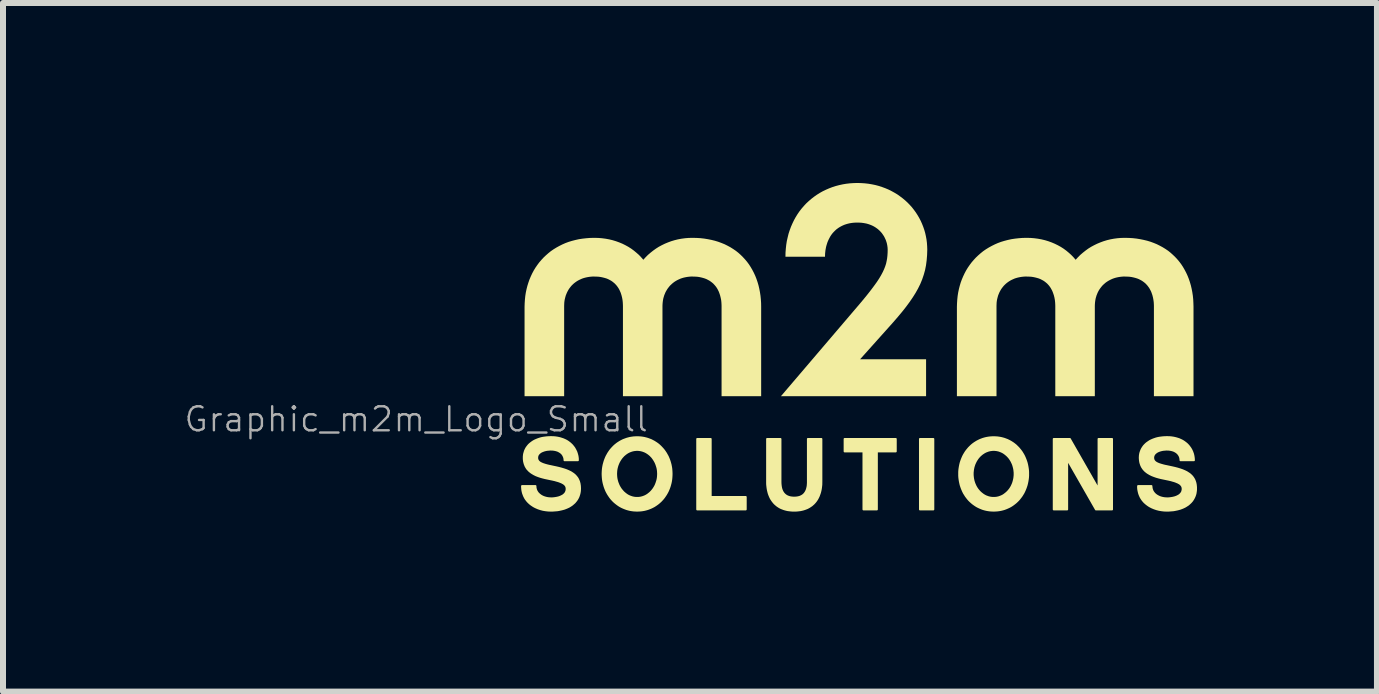
<source format=kicad_pcb>
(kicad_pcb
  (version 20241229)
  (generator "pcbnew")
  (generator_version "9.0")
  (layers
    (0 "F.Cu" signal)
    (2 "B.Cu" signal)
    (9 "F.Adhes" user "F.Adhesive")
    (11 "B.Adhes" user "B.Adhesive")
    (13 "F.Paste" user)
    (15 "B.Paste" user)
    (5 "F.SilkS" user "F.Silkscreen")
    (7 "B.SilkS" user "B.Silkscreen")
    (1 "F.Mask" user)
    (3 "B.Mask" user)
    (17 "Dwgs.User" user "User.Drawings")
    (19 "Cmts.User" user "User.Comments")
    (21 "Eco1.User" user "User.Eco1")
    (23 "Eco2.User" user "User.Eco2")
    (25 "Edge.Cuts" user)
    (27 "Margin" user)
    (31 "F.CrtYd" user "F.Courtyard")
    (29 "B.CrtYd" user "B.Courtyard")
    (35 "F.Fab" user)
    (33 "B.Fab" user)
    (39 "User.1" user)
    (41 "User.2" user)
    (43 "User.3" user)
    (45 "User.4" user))
  (footprint "Graphic_m2m_Logo_Small"
    (layer "F.Cu")
    (at 11.287 2.939)
    (property "Reference" "Graphic_m2m_Logo_Small" (at -7.4 1 0) (layer "F.Fab") (effects (font (size 0.4 0.4) (thickness 0.04))))
    (attr exclude_from_pos_files exclude_from_bom)
    (fp_poly (pts (xy 1.221 2.503) (xy 0.998 2.503) (xy 0.998 1.328) (xy 1.221 1.328)) (stroke (width 0) (type solid)) (fill yes) (layer "F.SilkS"))
    (fp_poly (pts (xy 1.221 2.503) (xy 0.998 2.503) (xy 0.998 1.328) (xy 1.221 1.328)) (stroke (width 0.032) (type solid)) (fill yes) (layer "F.SilkS"))
    (fp_poly (pts (xy -2.49 2.295) (xy -1.906 2.295) (xy -1.906 2.503) (xy -2.715 2.503) (xy -2.715 1.328) (xy -2.49 1.328)) (stroke (width 0) (type solid)) (fill yes) (layer "F.SilkS"))
    (fp_poly (pts (xy -2.49 2.295) (xy -1.906 2.295) (xy -1.906 2.503) (xy -2.715 2.503) (xy -2.715 1.328) (xy -2.49 1.328)) (stroke (width 0.032) (type solid)) (fill yes) (layer "F.SilkS"))
    (fp_poly (pts (xy 0.595 1.536) (xy 0.28 1.536) (xy 0.28 2.503) (xy 0.056 2.503) (xy 0.056 1.536) (xy -0.258 1.536) (xy -0.258 1.328) (xy 0.595 1.328)) (stroke (width 0) (type solid)) (fill yes) (layer "F.SilkS"))
    (fp_poly (pts (xy 0.595 1.536) (xy 0.28 1.536) (xy 0.28 2.503) (xy 0.056 2.503) (xy 0.056 1.536) (xy -0.258 1.536) (xy -0.258 1.328) (xy 0.595 1.328)) (stroke (width 0.032) (type solid)) (fill yes) (layer "F.SilkS"))
    (fp_poly (pts (xy 3.975 2.164) (xy 3.975 1.328) (xy 4.2 1.328) (xy 4.2 2.503) (xy 3.931 2.503) (xy 3.452 1.666) (xy 3.452 2.503) (xy 3.228 2.503) (xy 3.228 1.328) (xy 3.497 1.328)) (stroke (width 0) (type solid)) (fill yes) (layer "F.SilkS"))
    (fp_poly (pts (xy 3.975 2.164) (xy 3.975 1.328) (xy 4.2 1.328) (xy 4.2 2.503) (xy 3.931 2.503) (xy 3.452 1.666) (xy 3.452 2.503) (xy 3.228 2.503) (xy 3.228 1.328) (xy 3.497 1.328)) (stroke (width 0.032) (type solid)) (fill yes) (layer "F.SilkS"))
    (fp_poly (pts (xy -1.327 2.044) (xy -1.326 2.076) (xy -1.323 2.105) (xy -1.319 2.133) (xy -1.316 2.146) (xy -1.313 2.158) (xy -1.309 2.171) (xy -1.305 2.182) (xy -1.3 2.193) (xy -1.295 2.204) (xy -1.289 2.214) (xy -1.283 2.223) (xy -1.277 2.232) (xy -1.27 2.241) (xy -1.262 2.248) (xy -1.255 2.256) (xy -1.246 2.263) (xy -1.238 2.269) (xy -1.229 2.275) (xy -1.219 2.281) (xy -1.209 2.285) (xy -1.198 2.29) (xy -1.187 2.294) (xy -1.176 2.297) (xy -1.164 2.3) (xy -1.152 2.302) (xy -1.139 2.304) (xy -1.126 2.305) (xy -1.112 2.306) (xy -1.098 2.306) (xy -1.084 2.306) (xy -1.071 2.305) (xy -1.058 2.304) (xy -1.045 2.302) (xy -1.033 2.3) (xy -1.021 2.297) (xy -1.009 2.294) (xy -0.998 2.29) (xy -0.988 2.285) (xy -0.978 2.281) (xy -0.968 2.275) (xy -0.959 2.269) (xy -0.95 2.263) (xy -0.942 2.256) (xy -0.934 2.248) (xy -0.927 2.241) (xy -0.92 2.232) (xy -0.914 2.223) (xy -0.908 2.214) (xy -0.902 2.204) (xy -0.897 2.193) (xy -0.892 2.182) (xy -0.888 2.171) (xy -0.884 2.158) (xy -0.881 2.146) (xy -0.878 2.133) (xy -0.875 2.119) (xy -0.873 2.105) (xy -0.872 2.091) (xy -0.871 2.076) (xy -0.87 2.06) (xy -0.87 2.044) (xy -0.87 1.328) (xy -0.645 1.328) (xy -0.645 2.037) (xy -0.646 2.092) (xy -0.649 2.118) (xy -0.652 2.144) (xy -0.656 2.169) (xy -0.661 2.193) (xy -0.667 2.217) (xy -0.674 2.239) (xy -0.682 2.261) (xy -0.69 2.283) (xy -0.7 2.303) (xy -0.71 2.323) (xy -0.721 2.341) (xy -0.733 2.359) (xy -0.746 2.376) (xy -0.76 2.392) (xy -0.775 2.408) (xy -0.791 2.422) (xy -0.807 2.436) (xy -0.825 2.448) (xy -0.843 2.46) (xy -0.862 2.471) (xy -0.882 2.481) (xy -0.902 2.489) (xy -0.924 2.497) (xy -0.946 2.504) (xy -0.97 2.51) (xy -0.994 2.515) (xy -1.019 2.518) (xy -1.044 2.521) (xy -1.071 2.523) (xy -1.098 2.523) (xy -1.126 2.523) (xy -1.152 2.521) (xy -1.178 2.518) (xy -1.203 2.515) (xy -1.227 2.51) (xy -1.25 2.504) (xy -1.273 2.497) (xy -1.294 2.489) (xy -1.315 2.481) (xy -1.335 2.471) (xy -1.354 2.46) (xy -1.372 2.448) (xy -1.389 2.436) (xy -1.405 2.422) (xy -1.421 2.408) (xy -1.436 2.392) (xy -1.449 2.376) (xy -1.462 2.359) (xy -1.474 2.341) (xy -1.486 2.323) (xy -1.496 2.303) (xy -1.505 2.283) (xy -1.514 2.261) (xy -1.522 2.239) (xy -1.528 2.217) (xy -1.534 2.193) (xy -1.539 2.169) (xy -1.543 2.144) (xy -1.546 2.118) (xy -1.549 2.092) (xy -1.55 2.065) (xy -1.55 2.037) (xy -1.55 1.328) (xy -1.327 1.328)) (stroke (width 0) (type solid)) (fill yes) (layer "F.SilkS"))
    (fp_poly (pts (xy -1.327 2.044) (xy -1.326 2.076) (xy -1.323 2.105) (xy -1.319 2.133) (xy -1.316 2.146) (xy -1.313 2.158) (xy -1.309 2.171) (xy -1.305 2.182) (xy -1.3 2.193) (xy -1.295 2.204) (xy -1.289 2.214) (xy -1.283 2.223) (xy -1.277 2.232) (xy -1.27 2.241) (xy -1.262 2.248) (xy -1.255 2.256) (xy -1.246 2.263) (xy -1.238 2.269) (xy -1.229 2.275) (xy -1.219 2.281) (xy -1.209 2.285) (xy -1.198 2.29) (xy -1.187 2.294) (xy -1.176 2.297) (xy -1.164 2.3) (xy -1.152 2.302) (xy -1.139 2.304) (xy -1.126 2.305) (xy -1.112 2.306) (xy -1.098 2.306) (xy -1.084 2.306) (xy -1.071 2.305) (xy -1.058 2.304) (xy -1.045 2.302) (xy -1.033 2.3) (xy -1.021 2.297) (xy -1.009 2.294) (xy -0.998 2.29) (xy -0.988 2.285) (xy -0.978 2.281) (xy -0.968 2.275) (xy -0.959 2.269) (xy -0.95 2.263) (xy -0.942 2.256) (xy -0.934 2.248) (xy -0.927 2.241) (xy -0.92 2.232) (xy -0.914 2.223) (xy -0.908 2.214) (xy -0.902 2.204) (xy -0.897 2.193) (xy -0.892 2.182) (xy -0.888 2.171) (xy -0.884 2.158) (xy -0.881 2.146) (xy -0.878 2.133) (xy -0.875 2.119) (xy -0.873 2.105) (xy -0.872 2.091) (xy -0.871 2.076) (xy -0.87 2.06) (xy -0.87 2.044) (xy -0.87 1.328) (xy -0.645 1.328) (xy -0.645 2.037) (xy -0.646 2.092) (xy -0.649 2.118) (xy -0.652 2.144) (xy -0.656 2.169) (xy -0.661 2.193) (xy -0.667 2.217) (xy -0.674 2.239) (xy -0.682 2.261) (xy -0.69 2.283) (xy -0.7 2.303) (xy -0.71 2.323) (xy -0.721 2.341) (xy -0.733 2.359) (xy -0.746 2.376) (xy -0.76 2.392) (xy -0.775 2.408) (xy -0.791 2.422) (xy -0.807 2.436) (xy -0.825 2.448) (xy -0.843 2.46) (xy -0.862 2.471) (xy -0.882 2.481) (xy -0.902 2.489) (xy -0.924 2.497) (xy -0.946 2.504) (xy -0.97 2.51) (xy -0.994 2.515) (xy -1.019 2.518) (xy -1.044 2.521) (xy -1.071 2.523) (xy -1.098 2.523) (xy -1.126 2.523) (xy -1.152 2.521) (xy -1.178 2.518) (xy -1.203 2.515) (xy -1.227 2.51) (xy -1.25 2.504) (xy -1.273 2.497) (xy -1.294 2.489) (xy -1.315 2.481) (xy -1.335 2.471) (xy -1.354 2.46) (xy -1.372 2.448) (xy -1.389 2.436) (xy -1.405 2.422) (xy -1.421 2.408) (xy -1.436 2.392) (xy -1.449 2.376) (xy -1.462 2.359) (xy -1.474 2.341) (xy -1.486 2.323) (xy -1.496 2.303) (xy -1.505 2.283) (xy -1.514 2.261) (xy -1.522 2.239) (xy -1.528 2.217) (xy -1.534 2.193) (xy -1.539 2.169) (xy -1.543 2.144) (xy -1.546 2.118) (xy -1.549 2.092) (xy -1.55 2.065) (xy -1.55 2.037) (xy -1.55 1.328) (xy -1.327 1.328)) (stroke (width 0.032) (type solid)) (fill yes) (layer "F.SilkS"))
    (fp_poly (pts (xy 0.018 -2.937) (xy 0.079 -2.933) (xy 0.14 -2.926) (xy 0.199 -2.916) (xy 0.257 -2.904) (xy 0.313 -2.889) (xy 0.368 -2.871) (xy 0.422 -2.851) (xy 0.474 -2.829) (xy 0.524 -2.804) (xy 0.573 -2.777) (xy 0.62 -2.749) (xy 0.665 -2.717) (xy 0.709 -2.684) (xy 0.751 -2.649) (xy 0.79 -2.613) (xy 0.828 -2.574) (xy 0.864 -2.534) (xy 0.897 -2.492) (xy 0.929 -2.448) (xy 0.958 -2.403) (xy 0.985 -2.357) (xy 1.01 -2.309) (xy 1.032 -2.26) (xy 1.052 -2.21) (xy 1.07 -2.158) (xy 1.085 -2.106) (xy 1.097 -2.052) (xy 1.107 -1.998) (xy 1.114 -1.942) (xy 1.118 -1.886) (xy 1.12 -1.829) (xy 1.117 -1.738) (xy 1.11 -1.651) (xy 1.099 -1.567) (xy 1.083 -1.486) (xy 1.061 -1.408) (xy 1.035 -1.331) (xy 1.004 -1.256) (xy 0.967 -1.181) (xy 0.925 -1.106) (xy 0.877 -1.03) (xy 0.824 -0.953) (xy 0.765 -0.873) (xy 0.701 -0.792) (xy 0.63 -0.707) (xy 0.553 -0.618) (xy 0.47 -0.525) (xy 0 0) (xy 1.1 0) (xy 1.1 0.615) (xy -1.319 0.615) (xy -0.005 -0.925) (xy 0.066 -1.01) (xy 0.13 -1.089) (xy 0.186 -1.161) (xy 0.236 -1.228) (xy 0.28 -1.289) (xy 0.318 -1.347) (xy 0.35 -1.401) (xy 0.377 -1.452) (xy 0.4 -1.501) (xy 0.418 -1.547) (xy 0.433 -1.593) (xy 0.443 -1.639) (xy 0.451 -1.684) (xy 0.456 -1.731) (xy 0.459 -1.779) (xy 0.46 -1.829) (xy 0.458 -1.864) (xy 0.453 -1.9) (xy 0.445 -1.938) (xy 0.433 -1.975) (xy 0.426 -1.994) (xy 0.417 -2.013) (xy 0.408 -2.032) (xy 0.398 -2.051) (xy 0.386 -2.069) (xy 0.374 -2.087) (xy 0.361 -2.105) (xy 0.346 -2.122) (xy 0.331 -2.138) (xy 0.314 -2.154) (xy 0.296 -2.17) (xy 0.277 -2.184) (xy 0.257 -2.198) (xy 0.236 -2.211) (xy 0.214 -2.223) (xy 0.19 -2.234) (xy 0.165 -2.244) (xy 0.139 -2.253) (xy 0.112 -2.261) (xy 0.083 -2.267) (xy 0.053 -2.272) (xy 0.022 -2.276) (xy -0.011 -2.278) (xy -0.045 -2.279) (xy -0.079 -2.278) (xy -0.112 -2.276) (xy -0.144 -2.272) (xy -0.174 -2.267) (xy -0.204 -2.26) (xy -0.232 -2.252) (xy -0.259 -2.243) (xy -0.285 -2.232) (xy -0.31 -2.22) (xy -0.334 -2.207) (xy -0.357 -2.193) (xy -0.378 -2.178) (xy -0.399 -2.162) (xy -0.418 -2.144) (xy -0.436 -2.126) (xy -0.454 -2.107) (xy -0.47 -2.087) (xy -0.485 -2.066) (xy -0.499 -2.044) (xy -0.511 -2.021) (xy -0.523 -1.998) (xy -0.534 -1.974) (xy -0.544 -1.95) (xy -0.552 -1.925) (xy -0.56 -1.899) (xy -0.567 -1.873) (xy -0.577 -1.82) (xy -0.583 -1.765) (xy -0.585 -1.709) (xy -1.244 -1.709) (xy -1.243 -1.777) (xy -1.238 -1.843) (xy -1.231 -1.908) (xy -1.221 -1.972) (xy -1.207 -2.033) (xy -1.192 -2.094) (xy -1.173 -2.152) (xy -1.152 -2.209) (xy -1.128 -2.264) (xy -1.102 -2.318) (xy -1.074 -2.369) (xy -1.043 -2.419) (xy -1.01 -2.467) (xy -0.975 -2.512) (xy -0.937 -2.556) (xy -0.898 -2.598) (xy -0.856 -2.637) (xy -0.813 -2.674) (xy -0.768 -2.709) (xy -0.721 -2.742) (xy -0.672 -2.773) (xy -0.622 -2.801) (xy -0.57 -2.826) (xy -0.517 -2.849) (xy -0.462 -2.87) (xy -0.406 -2.888) (xy -0.349 -2.903) (xy -0.29 -2.916) (xy -0.23 -2.926) (xy -0.17 -2.933) (xy -0.108 -2.937) (xy -0.045 -2.939)) (stroke (width 0) (type solid)) (fill yes) (layer "F.SilkS"))
    (fp_poly (pts (xy -4.368 -2.023) (xy -4.305 -2.018) (xy -4.243 -2.01) (xy -4.183 -1.999) (xy -4.125 -1.985) (xy -4.069 -1.968) (xy -4.014 -1.948) (xy -3.961 -1.926) (xy -3.911 -1.901) (xy -3.862 -1.874) (xy -3.815 -1.844) (xy -3.77 -1.811) (xy -3.728 -1.776) (xy -3.687 -1.74) (xy -3.649 -1.7) (xy -3.613 -1.659) (xy -3.576 -1.7) (xy -3.536 -1.74) (xy -3.494 -1.776) (xy -3.45 -1.811) (xy -3.404 -1.844) (xy -3.357 -1.874) (xy -3.307 -1.901) (xy -3.256 -1.926) (xy -3.203 -1.948) (xy -3.149 -1.968) (xy -3.093 -1.985) (xy -3.036 -1.999) (xy -2.977 -2.01) (xy -2.917 -2.018) (xy -2.856 -2.023) (xy -2.794 -2.024) (xy -2.727 -2.023) (xy -2.662 -2.019) (xy -2.599 -2.012) (xy -2.538 -2.002) (xy -2.478 -1.99) (xy -2.421 -1.976) (xy -2.365 -1.959) (xy -2.311 -1.939) (xy -2.259 -1.918) (xy -2.209 -1.893) (xy -2.161 -1.867) (xy -2.115 -1.838) (xy -2.071 -1.808) (xy -2.029 -1.775) (xy -1.989 -1.739) (xy -1.952 -1.702) (xy -1.916 -1.663) (xy -1.882 -1.622) (xy -1.851 -1.58) (xy -1.822 -1.535) (xy -1.795 -1.488) (xy -1.77 -1.44) (xy -1.747 -1.39) (xy -1.727 -1.339) (xy -1.709 -1.286) (xy -1.693 -1.231) (xy -1.68 -1.175) (xy -1.669 -1.118) (xy -1.66 -1.059) (xy -1.654 -0.999) (xy -1.65 -0.937) (xy -1.649 -0.875) (xy -1.649 0.615) (xy -2.309 0.615) (xy -2.309 -0.89) (xy -2.31 -0.919) (xy -2.312 -0.952) (xy -2.316 -0.989) (xy -2.324 -1.027) (xy -2.334 -1.067) (xy -2.348 -1.108) (xy -2.356 -1.129) (xy -2.366 -1.149) (xy -2.376 -1.169) (xy -2.388 -1.189) (xy -2.401 -1.208) (xy -2.416 -1.227) (xy -2.432 -1.245) (xy -2.449 -1.263) (xy -2.468 -1.279) (xy -2.489 -1.295) (xy -2.511 -1.31) (xy -2.535 -1.323) (xy -2.56 -1.336) (xy -2.588 -1.347) (xy -2.617 -1.356) (xy -2.648 -1.364) (xy -2.681 -1.371) (xy -2.717 -1.376) (xy -2.754 -1.378) (xy -2.794 -1.379) (xy -2.821 -1.379) (xy -2.847 -1.377) (xy -2.873 -1.374) (xy -2.898 -1.37) (xy -2.923 -1.365) (xy -2.948 -1.359) (xy -2.971 -1.352) (xy -2.994 -1.344) (xy -3.016 -1.334) (xy -3.038 -1.324) (xy -3.059 -1.313) (xy -3.079 -1.301) (xy -3.099 -1.288) (xy -3.117 -1.274) (xy -3.135 -1.259) (xy -3.152 -1.243) (xy -3.169 -1.227) (xy -3.184 -1.209) (xy -3.198 -1.191) (xy -3.212 -1.172) (xy -3.224 -1.152) (xy -3.236 -1.132) (xy -3.247 -1.11) (xy -3.256 -1.088) (xy -3.265 -1.066) (xy -3.272 -1.042) (xy -3.279 -1.019) (xy -3.284 -0.994) (xy -3.288 -0.969) (xy -3.291 -0.943) (xy -3.293 -0.917) (xy -3.294 -0.89) (xy -3.294 0.615) (xy -3.953 0.615) (xy -3.953 -0.89) (xy -3.954 -0.919) (xy -3.956 -0.952) (xy -3.96 -0.989) (xy -3.967 -1.027) (xy -3.977 -1.067) (xy -3.99 -1.108) (xy -3.999 -1.129) (xy -4.008 -1.149) (xy -4.018 -1.169) (xy -4.03 -1.189) (xy -4.043 -1.208) (xy -4.057 -1.227) (xy -4.073 -1.245) (xy -4.09 -1.263) (xy -4.109 -1.279) (xy -4.129 -1.295) (xy -4.151 -1.31) (xy -4.175 -1.323) (xy -4.2 -1.336) (xy -4.227 -1.347) (xy -4.257 -1.356) (xy -4.288 -1.364) (xy -4.321 -1.371) (xy -4.356 -1.376) (xy -4.393 -1.378) (xy -4.433 -1.379) (xy -4.46 -1.379) (xy -4.487 -1.377) (xy -4.514 -1.374) (xy -4.539 -1.37) (xy -4.564 -1.365) (xy -4.589 -1.359) (xy -4.613 -1.352) (xy -4.636 -1.344) (xy -4.658 -1.334) (xy -4.68 -1.324) (xy -4.701 -1.313) (xy -4.721 -1.301) (xy -4.74 -1.288) (xy -4.759 -1.274) (xy -4.777 -1.259) (xy -4.794 -1.243) (xy -4.81 -1.227) (xy -4.825 -1.209) (xy -4.839 -1.191) (xy -4.853 -1.172) (xy -4.865 -1.152) (xy -4.876 -1.132) (xy -4.887 -1.11) (xy -4.896 -1.088) (xy -4.905 -1.066) (xy -4.912 -1.042) (xy -4.918 -1.019) (xy -4.924 -0.994) (xy -4.928 -0.969) (xy -4.931 -0.943) (xy -4.932 -0.917) (xy -4.933 -0.89) (xy -4.933 0.615) (xy -5.593 0.615) (xy -5.593 -0.875) (xy -5.591 -0.936) (xy -5.587 -0.995) (xy -5.581 -1.054) (xy -5.572 -1.112) (xy -5.56 -1.169) (xy -5.546 -1.224) (xy -5.529 -1.278) (xy -5.511 -1.33) (xy -5.489 -1.382) (xy -5.466 -1.431) (xy -5.44 -1.48) (xy -5.412 -1.526) (xy -5.381 -1.571) (xy -5.349 -1.614) (xy -5.314 -1.655) (xy -5.277 -1.695) (xy -5.238 -1.732) (xy -5.197 -1.768) (xy -5.155 -1.802) (xy -5.11 -1.833) (xy -5.063 -1.862) (xy -5.014 -1.889) (xy -4.964 -1.914) (xy -4.912 -1.937) (xy -4.858 -1.957) (xy -4.802 -1.974) (xy -4.744 -1.989) (xy -4.685 -2.002) (xy -4.625 -2.011) (xy -4.562 -2.018) (xy -4.498 -2.023) (xy -4.433 -2.024)) (stroke (width 0) (type solid)) (fill yes) (layer "F.SilkS"))
    (fp_poly (pts (xy 2.839 -2.023) (xy 2.902 -2.018) (xy 2.963 -2.01) (xy 3.023 -1.999) (xy 3.082 -1.985) (xy 3.138 -1.968) (xy 3.193 -1.948) (xy 3.245 -1.926) (xy 3.296 -1.901) (xy 3.345 -1.874) (xy 3.392 -1.844) (xy 3.437 -1.811) (xy 3.479 -1.776) (xy 3.519 -1.74) (xy 3.558 -1.7) (xy 3.593 -1.659) (xy 3.631 -1.7) (xy 3.671 -1.74) (xy 3.713 -1.776) (xy 3.757 -1.811) (xy 3.802 -1.844) (xy 3.85 -1.874) (xy 3.9 -1.901) (xy 3.951 -1.926) (xy 4.004 -1.948) (xy 4.058 -1.968) (xy 4.114 -1.985) (xy 4.171 -1.999) (xy 4.23 -2.01) (xy 4.29 -2.018) (xy 4.351 -2.023) (xy 4.413 -2.024) (xy 4.48 -2.023) (xy 4.545 -2.019) (xy 4.608 -2.012) (xy 4.669 -2.002) (xy 4.728 -1.99) (xy 4.786 -1.976) (xy 4.842 -1.959) (xy 4.896 -1.939) (xy 4.947 -1.918) (xy 4.997 -1.893) (xy 5.045 -1.867) (xy 5.092 -1.838) (xy 5.136 -1.808) (xy 5.177 -1.775) (xy 5.217 -1.739) (xy 5.255 -1.702) (xy 5.291 -1.663) (xy 5.325 -1.622) (xy 5.356 -1.58) (xy 5.385 -1.535) (xy 5.412 -1.488) (xy 5.437 -1.44) (xy 5.46 -1.39) (xy 5.48 -1.339) (xy 5.498 -1.286) (xy 5.514 -1.231) (xy 5.527 -1.175) (xy 5.538 -1.118) (xy 5.547 -1.059) (xy 5.553 -0.999) (xy 5.556 -0.937) (xy 5.558 -0.875) (xy 5.558 0.615) (xy 4.898 0.615) (xy 4.898 -0.89) (xy 4.897 -0.919) (xy 4.895 -0.952) (xy 4.89 -0.989) (xy 4.883 -1.027) (xy 4.873 -1.067) (xy 4.859 -1.108) (xy 4.851 -1.129) (xy 4.841 -1.149) (xy 4.83 -1.169) (xy 4.819 -1.189) (xy 4.805 -1.208) (xy 4.791 -1.227) (xy 4.775 -1.245) (xy 4.758 -1.263) (xy 4.739 -1.279) (xy 4.718 -1.295) (xy 4.696 -1.31) (xy 4.672 -1.323) (xy 4.647 -1.336) (xy 4.619 -1.347) (xy 4.59 -1.356) (xy 4.559 -1.364) (xy 4.526 -1.371) (xy 4.49 -1.376) (xy 4.453 -1.378) (xy 4.413 -1.379) (xy 4.386 -1.379) (xy 4.36 -1.377) (xy 4.334 -1.374) (xy 4.308 -1.37) (xy 4.284 -1.365) (xy 4.259 -1.359) (xy 4.236 -1.352) (xy 4.213 -1.344) (xy 4.19 -1.334) (xy 4.169 -1.324) (xy 4.148 -1.313) (xy 4.128 -1.301) (xy 4.108 -1.288) (xy 4.089 -1.274) (xy 4.072 -1.259) (xy 4.054 -1.243) (xy 4.038 -1.227) (xy 4.023 -1.209) (xy 4.009 -1.191) (xy 3.995 -1.172) (xy 3.982 -1.152) (xy 3.971 -1.132) (xy 3.96 -1.11) (xy 3.951 -1.088) (xy 3.942 -1.066) (xy 3.935 -1.042) (xy 3.928 -1.019) (xy 3.923 -0.994) (xy 3.919 -0.969) (xy 3.916 -0.943) (xy 3.914 -0.917) (xy 3.913 -0.89) (xy 3.913 0.615) (xy 3.254 0.615) (xy 3.254 -0.89) (xy 3.253 -0.919) (xy 3.251 -0.952) (xy 3.247 -0.989) (xy 3.24 -1.027) (xy 3.23 -1.067) (xy 3.216 -1.108) (xy 3.208 -1.129) (xy 3.199 -1.149) (xy 3.188 -1.169) (xy 3.177 -1.189) (xy 3.164 -1.208) (xy 3.15 -1.227) (xy 3.134 -1.245) (xy 3.117 -1.263) (xy 3.098 -1.279) (xy 3.078 -1.295) (xy 3.056 -1.31) (xy 3.032 -1.323) (xy 3.007 -1.336) (xy 2.98 -1.347) (xy 2.95 -1.356) (xy 2.919 -1.364) (xy 2.886 -1.371) (xy 2.851 -1.376) (xy 2.813 -1.378) (xy 2.774 -1.379) (xy 2.746 -1.379) (xy 2.72 -1.377) (xy 2.693 -1.374) (xy 2.668 -1.37) (xy 2.643 -1.365) (xy 2.618 -1.359) (xy 2.594 -1.352) (xy 2.571 -1.344) (xy 2.549 -1.334) (xy 2.527 -1.324) (xy 2.506 -1.313) (xy 2.486 -1.301) (xy 2.467 -1.288) (xy 2.448 -1.274) (xy 2.43 -1.259) (xy 2.413 -1.243) (xy 2.397 -1.227) (xy 2.382 -1.209) (xy 2.368 -1.191) (xy 2.354 -1.172) (xy 2.342 -1.152) (xy 2.331 -1.132) (xy 2.32 -1.11) (xy 2.311 -1.088) (xy 2.302 -1.066) (xy 2.295 -1.042) (xy 2.289 -1.019) (xy 2.283 -0.994) (xy 2.279 -0.969) (xy 2.276 -0.943) (xy 2.275 -0.917) (xy 2.274 -0.89) (xy 2.274 0.615) (xy 1.614 0.615) (xy 1.614 -0.875) (xy 1.616 -0.936) (xy 1.62 -0.995) (xy 1.626 -1.054) (xy 1.635 -1.112) (xy 1.647 -1.169) (xy 1.661 -1.224) (xy 1.677 -1.278) (xy 1.696 -1.33) (xy 1.718 -1.382) (xy 1.741 -1.431) (xy 1.767 -1.48) (xy 1.795 -1.526) (xy 1.826 -1.571) (xy 1.858 -1.614) (xy 1.893 -1.655) (xy 1.93 -1.695) (xy 1.969 -1.732) (xy 2.01 -1.768) (xy 2.052 -1.802) (xy 2.097 -1.833) (xy 2.144 -1.862) (xy 2.193 -1.889) (xy 2.243 -1.914) (xy 2.295 -1.937) (xy 2.349 -1.957) (xy 2.405 -1.974) (xy 2.463 -1.989) (xy 2.522 -2.002) (xy 2.582 -2.011) (xy 2.645 -2.018) (xy 2.708 -2.023) (xy 2.774 -2.024)) (stroke (width 0) (type solid)) (fill yes) (layer "F.SilkS"))
    (fp_poly (pts (xy -3.685 1.3) (xy -3.655 1.302) (xy -3.625 1.306) (xy -3.596 1.311) (xy -3.568 1.318) (xy -3.54 1.326) (xy -3.513 1.336) (xy -3.486 1.346) (xy -3.461 1.359) (xy -3.436 1.372) (xy -3.412 1.387) (xy -3.389 1.402) (xy -3.366 1.419) (xy -3.345 1.437) (xy -3.324 1.457) (xy -3.305 1.477) (xy -3.286 1.498) (xy -3.268 1.52) (xy -3.252 1.543) (xy -3.236 1.567) (xy -3.222 1.592) (xy -3.208 1.617) (xy -3.196 1.644) (xy -3.185 1.671) (xy -3.175 1.699) (xy -3.167 1.727) (xy -3.159 1.756) (xy -3.153 1.786) (xy -3.148 1.816) (xy -3.145 1.847) (xy -3.143 1.878) (xy -3.142 1.91) (xy -3.143 1.942) (xy -3.145 1.973) (xy -3.148 2.004) (xy -3.153 2.035) (xy -3.159 2.064) (xy -3.167 2.094) (xy -3.175 2.122) (xy -3.185 2.15) (xy -3.196 2.177) (xy -3.208 2.204) (xy -3.222 2.23) (xy -3.236 2.254) (xy -3.252 2.278) (xy -3.268 2.301) (xy -3.286 2.324) (xy -3.305 2.345) (xy -3.324 2.365) (xy -3.345 2.384) (xy -3.366 2.402) (xy -3.389 2.419) (xy -3.412 2.435) (xy -3.436 2.45) (xy -3.461 2.463) (xy -3.486 2.475) (xy -3.513 2.486) (xy -3.54 2.496) (xy -3.568 2.504) (xy -3.596 2.511) (xy -3.625 2.516) (xy -3.655 2.52) (xy -3.685 2.522) (xy -3.716 2.523) (xy -3.747 2.522) (xy -3.778 2.52) (xy -3.807 2.516) (xy -3.837 2.511) (xy -3.865 2.504) (xy -3.893 2.496) (xy -3.92 2.486) (xy -3.947 2.475) (xy -3.973 2.463) (xy -3.998 2.45) (xy -4.022 2.435) (xy -4.045 2.419) (xy -4.067 2.402) (xy -4.089 2.384) (xy -4.11 2.365) (xy -4.129 2.345) (xy -4.148 2.324) (xy -4.166 2.301) (xy -4.182 2.278) (xy -4.198 2.254) (xy -4.212 2.23) (xy -4.226 2.204) (xy -4.238 2.177) (xy -4.249 2.15) (xy -4.259 2.122) (xy -4.267 2.094) (xy -4.275 2.064) (xy -4.281 2.035) (xy -4.286 2.004) (xy -4.289 1.973) (xy -4.291 1.942) (xy -4.292 1.91) (xy -4.067 1.91) (xy -4.066 1.931) (xy -4.065 1.951) (xy -4.063 1.971) (xy -4.06 1.991) (xy -4.056 2.01) (xy -4.051 2.029) (xy -4.046 2.047) (xy -4.039 2.066) (xy -4.032 2.083) (xy -4.025 2.101) (xy -4.016 2.118) (xy -4.007 2.134) (xy -3.997 2.15) (xy -3.987 2.165) (xy -3.976 2.179) (xy -3.964 2.193) (xy -3.952 2.207) (xy -3.94 2.219) (xy -3.926 2.231) (xy -3.913 2.242) (xy -3.898 2.253) (xy -3.884 2.263) (xy -3.869 2.272) (xy -3.853 2.28) (xy -3.837 2.287) (xy -3.821 2.293) (xy -3.804 2.299) (xy -3.787 2.303) (xy -3.77 2.307) (xy -3.752 2.309) (xy -3.734 2.311) (xy -3.716 2.311) (xy -3.698 2.311) (xy -3.68 2.309) (xy -3.663 2.307) (xy -3.646 2.303) (xy -3.629 2.299) (xy -3.612 2.293) (xy -3.596 2.287) (xy -3.58 2.28) (xy -3.565 2.272) (xy -3.55 2.263) (xy -3.535 2.253) (xy -3.521 2.242) (xy -3.507 2.231) (xy -3.494 2.219) (xy -3.482 2.207) (xy -3.469 2.193) (xy -3.458 2.179) (xy -3.447 2.165) (xy -3.437 2.15) (xy -3.427 2.134) (xy -3.418 2.118) (xy -3.409 2.101) (xy -3.402 2.083) (xy -3.395 2.066) (xy -3.389 2.047) (xy -3.383 2.029) (xy -3.378 2.01) (xy -3.374 1.991) (xy -3.371 1.971) (xy -3.369 1.951) (xy -3.368 1.931) (xy -3.367 1.91) (xy -3.368 1.89) (xy -3.369 1.87) (xy -3.371 1.85) (xy -3.374 1.83) (xy -3.378 1.811) (xy -3.383 1.792) (xy -3.389 1.774) (xy -3.395 1.755) (xy -3.402 1.738) (xy -3.409 1.721) (xy -3.418 1.704) (xy -3.427 1.688) (xy -3.437 1.672) (xy -3.447 1.657) (xy -3.458 1.642) (xy -3.469 1.628) (xy -3.482 1.615) (xy -3.494 1.602) (xy -3.507 1.591) (xy -3.521 1.579) (xy -3.535 1.569) (xy -3.55 1.559) (xy -3.565 1.55) (xy -3.58 1.542) (xy -3.596 1.535) (xy -3.612 1.529) (xy -3.629 1.523) (xy -3.646 1.519) (xy -3.663 1.515) (xy -3.68 1.513) (xy -3.698 1.511) (xy -3.716 1.51) (xy -3.734 1.511) (xy -3.752 1.513) (xy -3.77 1.515) (xy -3.787 1.519) (xy -3.804 1.523) (xy -3.821 1.529) (xy -3.837 1.535) (xy -3.853 1.542) (xy -3.869 1.55) (xy -3.884 1.559) (xy -3.898 1.569) (xy -3.913 1.579) (xy -3.926 1.591) (xy -3.94 1.602) (xy -3.952 1.615) (xy -3.964 1.628) (xy -3.976 1.642) (xy -3.987 1.657) (xy -3.997 1.672) (xy -4.007 1.688) (xy -4.016 1.704) (xy -4.025 1.721) (xy -4.032 1.738) (xy -4.039 1.755) (xy -4.046 1.774) (xy -4.051 1.792) (xy -4.056 1.811) (xy -4.06 1.83) (xy -4.063 1.85) (xy -4.065 1.87) (xy -4.066 1.89) (xy -4.067 1.91) (xy -4.292 1.91) (xy -4.291 1.878) (xy -4.289 1.847) (xy -4.286 1.816) (xy -4.281 1.786) (xy -4.275 1.756) (xy -4.267 1.727) (xy -4.259 1.699) (xy -4.249 1.671) (xy -4.238 1.644) (xy -4.226 1.617) (xy -4.212 1.592) (xy -4.198 1.567) (xy -4.182 1.543) (xy -4.166 1.52) (xy -4.148 1.498) (xy -4.129 1.477) (xy -4.11 1.457) (xy -4.089 1.437) (xy -4.067 1.419) (xy -4.045 1.402) (xy -4.022 1.387) (xy -3.998 1.372) (xy -3.973 1.359) (xy -3.947 1.346) (xy -3.92 1.336) (xy -3.893 1.326) (xy -3.865 1.318) (xy -3.837 1.311) (xy -3.807 1.306) (xy -3.778 1.302) (xy -3.747 1.3) (xy -3.716 1.299)) (stroke (width 0) (type solid)) (fill yes) (layer "F.SilkS"))
    (fp_poly (pts (xy -3.685 1.3) (xy -3.655 1.302) (xy -3.625 1.306) (xy -3.596 1.311) (xy -3.568 1.318) (xy -3.54 1.326) (xy -3.513 1.336) (xy -3.486 1.346) (xy -3.461 1.359) (xy -3.436 1.372) (xy -3.412 1.387) (xy -3.389 1.402) (xy -3.366 1.419) (xy -3.345 1.437) (xy -3.324 1.457) (xy -3.305 1.477) (xy -3.286 1.498) (xy -3.268 1.52) (xy -3.252 1.543) (xy -3.236 1.567) (xy -3.222 1.592) (xy -3.208 1.617) (xy -3.196 1.644) (xy -3.185 1.671) (xy -3.175 1.699) (xy -3.167 1.727) (xy -3.159 1.756) (xy -3.153 1.786) (xy -3.148 1.816) (xy -3.145 1.847) (xy -3.143 1.878) (xy -3.142 1.91) (xy -3.143 1.942) (xy -3.145 1.973) (xy -3.148 2.004) (xy -3.153 2.035) (xy -3.159 2.064) (xy -3.167 2.094) (xy -3.175 2.122) (xy -3.185 2.15) (xy -3.196 2.177) (xy -3.208 2.204) (xy -3.222 2.23) (xy -3.236 2.254) (xy -3.252 2.278) (xy -3.268 2.301) (xy -3.286 2.324) (xy -3.305 2.345) (xy -3.324 2.365) (xy -3.345 2.384) (xy -3.366 2.402) (xy -3.389 2.419) (xy -3.412 2.435) (xy -3.436 2.45) (xy -3.461 2.463) (xy -3.486 2.475) (xy -3.513 2.486) (xy -3.54 2.496) (xy -3.568 2.504) (xy -3.596 2.511) (xy -3.625 2.516) (xy -3.655 2.52) (xy -3.685 2.522) (xy -3.716 2.523) (xy -3.747 2.522) (xy -3.778 2.52) (xy -3.807 2.516) (xy -3.837 2.511) (xy -3.865 2.504) (xy -3.893 2.496) (xy -3.92 2.486) (xy -3.947 2.475) (xy -3.973 2.463) (xy -3.998 2.45) (xy -4.022 2.435) (xy -4.045 2.419) (xy -4.067 2.402) (xy -4.089 2.384) (xy -4.11 2.365) (xy -4.129 2.345) (xy -4.148 2.324) (xy -4.166 2.301) (xy -4.182 2.278) (xy -4.198 2.254) (xy -4.212 2.23) (xy -4.226 2.204) (xy -4.238 2.177) (xy -4.249 2.15) (xy -4.259 2.122) (xy -4.267 2.094) (xy -4.275 2.064) (xy -4.281 2.035) (xy -4.286 2.004) (xy -4.289 1.973) (xy -4.291 1.942) (xy -4.292 1.91) (xy -4.067 1.91) (xy -4.066 1.931) (xy -4.065 1.951) (xy -4.063 1.971) (xy -4.06 1.991) (xy -4.056 2.01) (xy -4.051 2.029) (xy -4.046 2.047) (xy -4.039 2.066) (xy -4.032 2.083) (xy -4.025 2.101) (xy -4.016 2.118) (xy -4.007 2.134) (xy -3.997 2.15) (xy -3.987 2.165) (xy -3.976 2.179) (xy -3.964 2.193) (xy -3.952 2.207) (xy -3.94 2.219) (xy -3.926 2.231) (xy -3.913 2.242) (xy -3.898 2.253) (xy -3.884 2.263) (xy -3.869 2.272) (xy -3.853 2.28) (xy -3.837 2.287) (xy -3.821 2.293) (xy -3.804 2.299) (xy -3.787 2.303) (xy -3.77 2.307) (xy -3.752 2.309) (xy -3.734 2.311) (xy -3.716 2.311) (xy -3.698 2.311) (xy -3.68 2.309) (xy -3.663 2.307) (xy -3.646 2.303) (xy -3.629 2.299) (xy -3.612 2.293) (xy -3.596 2.287) (xy -3.58 2.28) (xy -3.565 2.272) (xy -3.55 2.263) (xy -3.535 2.253) (xy -3.521 2.242) (xy -3.507 2.231) (xy -3.494 2.219) (xy -3.482 2.207) (xy -3.469 2.193) (xy -3.458 2.179) (xy -3.447 2.165) (xy -3.437 2.15) (xy -3.427 2.134) (xy -3.418 2.118) (xy -3.409 2.101) (xy -3.402 2.083) (xy -3.395 2.066) (xy -3.389 2.047) (xy -3.383 2.029) (xy -3.378 2.01) (xy -3.374 1.991) (xy -3.371 1.971) (xy -3.369 1.951) (xy -3.368 1.931) (xy -3.367 1.91) (xy -3.368 1.89) (xy -3.369 1.87) (xy -3.371 1.85) (xy -3.374 1.83) (xy -3.378 1.811) (xy -3.383 1.792) (xy -3.389 1.774) (xy -3.395 1.755) (xy -3.402 1.738) (xy -3.409 1.721) (xy -3.418 1.704) (xy -3.427 1.688) (xy -3.437 1.672) (xy -3.447 1.657) (xy -3.458 1.642) (xy -3.469 1.628) (xy -3.482 1.615) (xy -3.494 1.602) (xy -3.507 1.591) (xy -3.521 1.579) (xy -3.535 1.569) (xy -3.55 1.559) (xy -3.565 1.55) (xy -3.58 1.542) (xy -3.596 1.535) (xy -3.612 1.529) (xy -3.629 1.523) (xy -3.646 1.519) (xy -3.663 1.515) (xy -3.68 1.513) (xy -3.698 1.511) (xy -3.716 1.51) (xy -3.734 1.511) (xy -3.752 1.513) (xy -3.77 1.515) (xy -3.787 1.519) (xy -3.804 1.523) (xy -3.821 1.529) (xy -3.837 1.535) (xy -3.853 1.542) (xy -3.869 1.55) (xy -3.884 1.559) (xy -3.898 1.569) (xy -3.913 1.579) (xy -3.926 1.591) (xy -3.94 1.602) (xy -3.952 1.615) (xy -3.964 1.628) (xy -3.976 1.642) (xy -3.987 1.657) (xy -3.997 1.672) (xy -4.007 1.688) (xy -4.016 1.704) (xy -4.025 1.721) (xy -4.032 1.738) (xy -4.039 1.755) (xy -4.046 1.774) (xy -4.051 1.792) (xy -4.056 1.811) (xy -4.06 1.83) (xy -4.063 1.85) (xy -4.065 1.87) (xy -4.066 1.89) (xy -4.067 1.91) (xy -4.292 1.91) (xy -4.291 1.878) (xy -4.289 1.847) (xy -4.286 1.816) (xy -4.281 1.786) (xy -4.275 1.756) (xy -4.267 1.727) (xy -4.259 1.699) (xy -4.249 1.671) (xy -4.238 1.644) (xy -4.226 1.617) (xy -4.212 1.592) (xy -4.198 1.567) (xy -4.182 1.543) (xy -4.166 1.52) (xy -4.148 1.498) (xy -4.129 1.477) (xy -4.11 1.457) (xy -4.089 1.437) (xy -4.067 1.419) (xy -4.045 1.402) (xy -4.022 1.387) (xy -3.998 1.372) (xy -3.973 1.359) (xy -3.947 1.346) (xy -3.92 1.336) (xy -3.893 1.326) (xy -3.865 1.318) (xy -3.837 1.311) (xy -3.807 1.306) (xy -3.778 1.302) (xy -3.747 1.3) (xy -3.716 1.299)) (stroke (width 0.032) (type solid)) (fill yes) (layer "F.SilkS"))
    (fp_poly (pts (xy 2.258 1.3) (xy 2.288 1.302) (xy 2.318 1.306) (xy 2.347 1.311) (xy 2.376 1.318) (xy 2.404 1.326) (xy 2.431 1.336) (xy 2.457 1.346) (xy 2.483 1.359) (xy 2.508 1.372) (xy 2.532 1.387) (xy 2.555 1.402) (xy 2.577 1.419) (xy 2.599 1.437) (xy 2.619 1.457) (xy 2.639 1.477) (xy 2.657 1.498) (xy 2.675 1.52) (xy 2.692 1.543) (xy 2.707 1.567) (xy 2.722 1.592) (xy 2.735 1.617) (xy 2.747 1.644) (xy 2.758 1.671) (xy 2.768 1.699) (xy 2.777 1.727) (xy 2.784 1.756) (xy 2.79 1.786) (xy 2.795 1.816) (xy 2.799 1.847) (xy 2.801 1.878) (xy 2.801 1.91) (xy 2.801 1.942) (xy 2.799 1.973) (xy 2.795 2.004) (xy 2.79 2.035) (xy 2.784 2.064) (xy 2.777 2.094) (xy 2.768 2.122) (xy 2.758 2.15) (xy 2.747 2.177) (xy 2.735 2.204) (xy 2.722 2.23) (xy 2.707 2.254) (xy 2.692 2.278) (xy 2.675 2.301) (xy 2.657 2.324) (xy 2.639 2.345) (xy 2.619 2.365) (xy 2.599 2.384) (xy 2.577 2.402) (xy 2.555 2.419) (xy 2.532 2.435) (xy 2.508 2.45) (xy 2.483 2.463) (xy 2.457 2.475) (xy 2.431 2.486) (xy 2.404 2.496) (xy 2.376 2.504) (xy 2.347 2.511) (xy 2.318 2.516) (xy 2.288 2.52) (xy 2.258 2.522) (xy 2.227 2.523) (xy 2.196 2.522) (xy 2.166 2.52) (xy 2.136 2.516) (xy 2.107 2.511) (xy 2.078 2.504) (xy 2.05 2.496) (xy 2.023 2.486) (xy 1.997 2.475) (xy 1.971 2.463) (xy 1.946 2.45) (xy 1.922 2.435) (xy 1.899 2.419) (xy 1.876 2.402) (xy 1.855 2.384) (xy 1.834 2.365) (xy 1.814 2.345) (xy 1.796 2.324) (xy 1.778 2.301) (xy 1.761 2.278) (xy 1.746 2.254) (xy 1.731 2.23) (xy 1.718 2.204) (xy 1.706 2.177) (xy 1.695 2.15) (xy 1.685 2.122) (xy 1.676 2.094) (xy 1.669 2.064) (xy 1.663 2.035) (xy 1.658 2.004) (xy 1.654 1.973) (xy 1.652 1.942) (xy 1.652 1.91) (xy 1.877 1.91) (xy 1.877 1.931) (xy 1.879 1.951) (xy 1.881 1.971) (xy 1.884 1.991) (xy 1.888 2.01) (xy 1.892 2.029) (xy 1.898 2.047) (xy 1.904 2.066) (xy 1.911 2.083) (xy 1.919 2.101) (xy 1.927 2.118) (xy 1.936 2.134) (xy 1.946 2.15) (xy 1.956 2.165) (xy 1.967 2.179) (xy 1.979 2.193) (xy 1.991 2.207) (xy 2.004 2.219) (xy 2.017 2.231) (xy 2.031 2.242) (xy 2.045 2.253) (xy 2.06 2.263) (xy 2.075 2.272) (xy 2.09 2.28) (xy 2.106 2.287) (xy 2.123 2.293) (xy 2.139 2.299) (xy 2.156 2.303) (xy 2.174 2.307) (xy 2.191 2.309) (xy 2.209 2.311) (xy 2.227 2.311) (xy 2.245 2.311) (xy 2.263 2.309) (xy 2.281 2.307) (xy 2.298 2.303) (xy 2.315 2.299) (xy 2.331 2.293) (xy 2.347 2.287) (xy 2.363 2.28) (xy 2.379 2.272) (xy 2.394 2.263) (xy 2.408 2.253) (xy 2.422 2.242) (xy 2.436 2.231) (xy 2.449 2.219) (xy 2.462 2.207) (xy 2.474 2.193) (xy 2.486 2.179) (xy 2.497 2.165) (xy 2.507 2.15) (xy 2.517 2.134) (xy 2.526 2.118) (xy 2.534 2.101) (xy 2.542 2.083) (xy 2.549 2.066) (xy 2.555 2.047) (xy 2.56 2.029) (xy 2.565 2.01) (xy 2.569 1.991) (xy 2.572 1.971) (xy 2.574 1.951) (xy 2.576 1.931) (xy 2.576 1.91) (xy 2.576 1.89) (xy 2.574 1.87) (xy 2.572 1.85) (xy 2.569 1.83) (xy 2.565 1.811) (xy 2.56 1.792) (xy 2.555 1.774) (xy 2.549 1.755) (xy 2.542 1.738) (xy 2.534 1.721) (xy 2.526 1.704) (xy 2.517 1.688) (xy 2.507 1.672) (xy 2.497 1.657) (xy 2.486 1.642) (xy 2.474 1.628) (xy 2.462 1.615) (xy 2.449 1.602) (xy 2.436 1.591) (xy 2.422 1.579) (xy 2.408 1.569) (xy 2.394 1.559) (xy 2.379 1.55) (xy 2.363 1.542) (xy 2.347 1.535) (xy 2.331 1.529) (xy 2.315 1.523) (xy 2.298 1.519) (xy 2.281 1.515) (xy 2.263 1.513) (xy 2.245 1.511) (xy 2.227 1.51) (xy 2.209 1.511) (xy 2.191 1.513) (xy 2.174 1.515) (xy 2.156 1.519) (xy 2.139 1.523) (xy 2.123 1.529) (xy 2.106 1.535) (xy 2.09 1.542) (xy 2.075 1.55) (xy 2.06 1.559) (xy 2.045 1.569) (xy 2.031 1.579) (xy 2.017 1.591) (xy 2.004 1.602) (xy 1.991 1.615) (xy 1.979 1.628) (xy 1.967 1.642) (xy 1.956 1.657) (xy 1.946 1.672) (xy 1.936 1.688) (xy 1.927 1.704) (xy 1.919 1.721) (xy 1.911 1.738) (xy 1.904 1.755) (xy 1.898 1.774) (xy 1.892 1.792) (xy 1.888 1.811) (xy 1.884 1.83) (xy 1.881 1.85) (xy 1.879 1.87) (xy 1.877 1.89) (xy 1.877 1.91) (xy 1.652 1.91) (xy 1.652 1.878) (xy 1.654 1.847) (xy 1.658 1.816) (xy 1.663 1.786) (xy 1.669 1.756) (xy 1.676 1.727) (xy 1.685 1.699) (xy 1.695 1.671) (xy 1.706 1.644) (xy 1.718 1.617) (xy 1.731 1.592) (xy 1.746 1.567) (xy 1.761 1.543) (xy 1.778 1.52) (xy 1.796 1.498) (xy 1.814 1.477) (xy 1.834 1.457) (xy 1.855 1.437) (xy 1.876 1.419) (xy 1.899 1.402) (xy 1.922 1.387) (xy 1.946 1.372) (xy 1.971 1.359) (xy 1.997 1.346) (xy 2.023 1.336) (xy 2.05 1.326) (xy 2.078 1.318) (xy 2.107 1.311) (xy 2.136 1.306) (xy 2.166 1.302) (xy 2.196 1.3) (xy 2.227 1.299)) (stroke (width 0) (type solid)) (fill yes) (layer "F.SilkS"))
    (fp_poly (pts (xy 2.258 1.3) (xy 2.288 1.302) (xy 2.318 1.306) (xy 2.347 1.311) (xy 2.376 1.318) (xy 2.404 1.326) (xy 2.431 1.336) (xy 2.457 1.346) (xy 2.483 1.359) (xy 2.508 1.372) (xy 2.532 1.387) (xy 2.555 1.402) (xy 2.577 1.419) (xy 2.599 1.437) (xy 2.619 1.457) (xy 2.639 1.477) (xy 2.657 1.498) (xy 2.675 1.52) (xy 2.692 1.543) (xy 2.707 1.567) (xy 2.722 1.592) (xy 2.735 1.617) (xy 2.747 1.644) (xy 2.758 1.671) (xy 2.768 1.699) (xy 2.777 1.727) (xy 2.784 1.756) (xy 2.79 1.786) (xy 2.795 1.816) (xy 2.799 1.847) (xy 2.801 1.878) (xy 2.801 1.91) (xy 2.801 1.942) (xy 2.799 1.973) (xy 2.795 2.004) (xy 2.79 2.035) (xy 2.784 2.064) (xy 2.777 2.094) (xy 2.768 2.122) (xy 2.758 2.15) (xy 2.747 2.177) (xy 2.735 2.204) (xy 2.722 2.23) (xy 2.707 2.254) (xy 2.692 2.278) (xy 2.675 2.301) (xy 2.657 2.324) (xy 2.639 2.345) (xy 2.619 2.365) (xy 2.599 2.384) (xy 2.577 2.402) (xy 2.555 2.419) (xy 2.532 2.435) (xy 2.508 2.45) (xy 2.483 2.463) (xy 2.457 2.475) (xy 2.431 2.486) (xy 2.404 2.496) (xy 2.376 2.504) (xy 2.347 2.511) (xy 2.318 2.516) (xy 2.288 2.52) (xy 2.258 2.522) (xy 2.227 2.523) (xy 2.196 2.522) (xy 2.166 2.52) (xy 2.136 2.516) (xy 2.107 2.511) (xy 2.078 2.504) (xy 2.05 2.496) (xy 2.023 2.486) (xy 1.997 2.475) (xy 1.971 2.463) (xy 1.946 2.45) (xy 1.922 2.435) (xy 1.899 2.419) (xy 1.876 2.402) (xy 1.855 2.384) (xy 1.834 2.365) (xy 1.814 2.345) (xy 1.796 2.324) (xy 1.778 2.301) (xy 1.761 2.278) (xy 1.746 2.254) (xy 1.731 2.23) (xy 1.718 2.204) (xy 1.706 2.177) (xy 1.695 2.15) (xy 1.685 2.122) (xy 1.676 2.094) (xy 1.669 2.064) (xy 1.663 2.035) (xy 1.658 2.004) (xy 1.654 1.973) (xy 1.652 1.942) (xy 1.652 1.91) (xy 1.877 1.91) (xy 1.877 1.931) (xy 1.879 1.951) (xy 1.881 1.971) (xy 1.884 1.991) (xy 1.888 2.01) (xy 1.892 2.029) (xy 1.898 2.047) (xy 1.904 2.066) (xy 1.911 2.083) (xy 1.919 2.101) (xy 1.927 2.118) (xy 1.936 2.134) (xy 1.946 2.15) (xy 1.956 2.165) (xy 1.967 2.179) (xy 1.979 2.193) (xy 1.991 2.207) (xy 2.004 2.219) (xy 2.017 2.231) (xy 2.031 2.242) (xy 2.045 2.253) (xy 2.06 2.263) (xy 2.075 2.272) (xy 2.09 2.28) (xy 2.106 2.287) (xy 2.123 2.293) (xy 2.139 2.299) (xy 2.156 2.303) (xy 2.174 2.307) (xy 2.191 2.309) (xy 2.209 2.311) (xy 2.227 2.311) (xy 2.245 2.311) (xy 2.263 2.309) (xy 2.281 2.307) (xy 2.298 2.303) (xy 2.315 2.299) (xy 2.331 2.293) (xy 2.347 2.287) (xy 2.363 2.28) (xy 2.379 2.272) (xy 2.394 2.263) (xy 2.408 2.253) (xy 2.422 2.242) (xy 2.436 2.231) (xy 2.449 2.219) (xy 2.462 2.207) (xy 2.474 2.193) (xy 2.486 2.179) (xy 2.497 2.165) (xy 2.507 2.15) (xy 2.517 2.134) (xy 2.526 2.118) (xy 2.534 2.101) (xy 2.542 2.083) (xy 2.549 2.066) (xy 2.555 2.047) (xy 2.56 2.029) (xy 2.565 2.01) (xy 2.569 1.991) (xy 2.572 1.971) (xy 2.574 1.951) (xy 2.576 1.931) (xy 2.576 1.91) (xy 2.576 1.89) (xy 2.574 1.87) (xy 2.572 1.85) (xy 2.569 1.83) (xy 2.565 1.811) (xy 2.56 1.792) (xy 2.555 1.774) (xy 2.549 1.755) (xy 2.542 1.738) (xy 2.534 1.721) (xy 2.526 1.704) (xy 2.517 1.688) (xy 2.507 1.672) (xy 2.497 1.657) (xy 2.486 1.642) (xy 2.474 1.628) (xy 2.462 1.615) (xy 2.449 1.602) (xy 2.436 1.591) (xy 2.422 1.579) (xy 2.408 1.569) (xy 2.394 1.559) (xy 2.379 1.55) (xy 2.363 1.542) (xy 2.347 1.535) (xy 2.331 1.529) (xy 2.315 1.523) (xy 2.298 1.519) (xy 2.281 1.515) (xy 2.263 1.513) (xy 2.245 1.511) (xy 2.227 1.51) (xy 2.209 1.511) (xy 2.191 1.513) (xy 2.174 1.515) (xy 2.156 1.519) (xy 2.139 1.523) (xy 2.123 1.529) (xy 2.106 1.535) (xy 2.09 1.542) (xy 2.075 1.55) (xy 2.06 1.559) (xy 2.045 1.569) (xy 2.031 1.579) (xy 2.017 1.591) (xy 2.004 1.602) (xy 1.991 1.615) (xy 1.979 1.628) (xy 1.967 1.642) (xy 1.956 1.657) (xy 1.946 1.672) (xy 1.936 1.688) (xy 1.927 1.704) (xy 1.919 1.721) (xy 1.911 1.738) (xy 1.904 1.755) (xy 1.898 1.774) (xy 1.892 1.792) (xy 1.888 1.811) (xy 1.884 1.83) (xy 1.881 1.85) (xy 1.879 1.87) (xy 1.877 1.89) (xy 1.877 1.91) (xy 1.652 1.91) (xy 1.652 1.878) (xy 1.654 1.847) (xy 1.658 1.816) (xy 1.663 1.786) (xy 1.669 1.756) (xy 1.676 1.727) (xy 1.685 1.699) (xy 1.695 1.671) (xy 1.706 1.644) (xy 1.718 1.617) (xy 1.731 1.592) (xy 1.746 1.567) (xy 1.761 1.543) (xy 1.778 1.52) (xy 1.796 1.498) (xy 1.814 1.477) (xy 1.834 1.457) (xy 1.855 1.437) (xy 1.876 1.419) (xy 1.899 1.402) (xy 1.922 1.387) (xy 1.946 1.372) (xy 1.971 1.359) (xy 1.997 1.346) (xy 2.023 1.336) (xy 2.05 1.326) (xy 2.078 1.318) (xy 2.107 1.311) (xy 2.136 1.306) (xy 2.166 1.302) (xy 2.196 1.3) (xy 2.227 1.299)) (stroke (width 0.032) (type solid)) (fill yes) (layer "F.SilkS"))
    (fp_poly (pts (xy -5.125 1.298) (xy -5.098 1.299) (xy -5.071 1.302) (xy -5.046 1.306) (xy -5.021 1.311) (xy -4.997 1.317) (xy -4.975 1.324) (xy -4.953 1.331) (xy -4.932 1.34) (xy -4.912 1.349) (xy -4.893 1.359) (xy -4.875 1.37) (xy -4.858 1.382) (xy -4.842 1.394) (xy -4.827 1.407) (xy -4.813 1.42) (xy -4.799 1.434) (xy -4.787 1.449) (xy -4.775 1.464) (xy -4.764 1.479) (xy -4.755 1.495) (xy -4.746 1.511) (xy -4.738 1.528) (xy -4.73 1.544) (xy -4.719 1.578) (xy -4.71 1.613) (xy -4.705 1.648) (xy -4.704 1.683) (xy -4.927 1.683) (xy -4.927 1.674) (xy -4.928 1.664) (xy -4.929 1.655) (xy -4.931 1.646) (xy -4.933 1.638) (xy -4.936 1.629) (xy -4.939 1.621) (xy -4.943 1.613) (xy -4.947 1.605) (xy -4.951 1.597) (xy -4.956 1.59) (xy -4.961 1.582) (xy -4.967 1.575) (xy -4.973 1.569) (xy -4.98 1.562) (xy -4.987 1.556) (xy -4.995 1.55) (xy -5.003 1.545) (xy -5.011 1.54) (xy -5.02 1.535) (xy -5.029 1.53) (xy -5.038 1.526) (xy -5.048 1.522) (xy -5.059 1.519) (xy -5.069 1.516) (xy -5.08 1.513) (xy -5.092 1.511) (xy -5.103 1.509) (xy -5.116 1.507) (xy -5.128 1.506) (xy -5.141 1.506) (xy -5.154 1.505) (xy -5.176 1.506) (xy -5.198 1.508) (xy -5.219 1.51) (xy -5.24 1.514) (xy -5.26 1.519) (xy -5.278 1.525) (xy -5.296 1.532) (xy -5.313 1.539) (xy -5.328 1.549) (xy -5.342 1.559) (xy -5.348 1.564) (xy -5.353 1.57) (xy -5.359 1.576) (xy -5.364 1.582) (xy -5.368 1.588) (xy -5.372 1.595) (xy -5.375 1.602) (xy -5.378 1.609) (xy -5.38 1.617) (xy -5.381 1.625) (xy -5.382 1.633) (xy -5.383 1.641) (xy -5.382 1.648) (xy -5.382 1.656) (xy -5.381 1.662) (xy -5.379 1.669) (xy -5.377 1.675) (xy -5.374 1.681) (xy -5.371 1.687) (xy -5.367 1.693) (xy -5.363 1.698) (xy -5.359 1.704) (xy -5.354 1.709) (xy -5.348 1.713) (xy -5.342 1.718) (xy -5.335 1.723) (xy -5.328 1.727) (xy -5.32 1.731) (xy -5.312 1.735) (xy -5.303 1.739) (xy -5.294 1.743) (xy -5.284 1.747) (xy -5.274 1.75) (xy -5.263 1.754) (xy -5.24 1.761) (xy -5.214 1.768) (xy -5.186 1.775) (xy -5.156 1.781) (xy -5.124 1.788) (xy -5.072 1.799) (xy -5.024 1.81) (xy -4.978 1.822) (xy -4.935 1.835) (xy -4.894 1.849) (xy -4.857 1.865) (xy -4.822 1.882) (xy -4.791 1.902) (xy -4.777 1.912) (xy -4.763 1.923) (xy -4.75 1.935) (xy -4.739 1.947) (xy -4.728 1.96) (xy -4.717 1.974) (xy -4.708 1.988) (xy -4.7 2.003) (xy -4.693 2.019) (xy -4.686 2.036) (xy -4.681 2.053) (xy -4.676 2.071) (xy -4.673 2.091) (xy -4.67 2.111) (xy -4.669 2.132) (xy -4.668 2.154) (xy -4.669 2.175) (xy -4.67 2.195) (xy -4.673 2.215) (xy -4.677 2.235) (xy -4.682 2.254) (xy -4.688 2.272) (xy -4.694 2.29) (xy -4.702 2.307) (xy -4.711 2.324) (xy -4.721 2.34) (xy -4.732 2.356) (xy -4.744 2.37) (xy -4.756 2.385) (xy -4.77 2.398) (xy -4.785 2.411) (xy -4.8 2.424) (xy -4.816 2.435) (xy -4.833 2.446) (xy -4.851 2.457) (xy -4.87 2.466) (xy -4.89 2.475) (xy -4.91 2.483) (xy -4.931 2.491) (xy -4.953 2.497) (xy -4.976 2.503) (xy -4.999 2.508) (xy -5.023 2.513) (xy -5.048 2.517) (xy -5.074 2.519) (xy -5.1 2.521) (xy -5.127 2.523) (xy -5.154 2.523) (xy -5.197 2.522) (xy -5.241 2.517) (xy -5.284 2.51) (xy -5.326 2.499) (xy -5.368 2.485) (xy -5.407 2.468) (xy -5.427 2.458) (xy -5.445 2.448) (xy -5.463 2.436) (xy -5.481 2.424) (xy -5.498 2.411) (xy -5.514 2.397) (xy -5.529 2.383) (xy -5.544 2.367) (xy -5.557 2.351) (xy -5.57 2.334) (xy -5.582 2.316) (xy -5.592 2.297) (xy -5.602 2.277) (xy -5.61 2.256) (xy -5.618 2.235) (xy -5.624 2.212) (xy -5.629 2.189) (xy -5.632 2.165) (xy -5.634 2.139) (xy -5.635 2.113) (xy -5.411 2.113) (xy -5.411 2.126) (xy -5.41 2.139) (xy -5.408 2.15) (xy -5.405 2.162) (xy -5.402 2.173) (xy -5.398 2.184) (xy -5.393 2.194) (xy -5.388 2.204) (xy -5.382 2.213) (xy -5.376 2.222) (xy -5.369 2.231) (xy -5.361 2.239) (xy -5.353 2.247) (xy -5.345 2.254) (xy -5.336 2.261) (xy -5.327 2.268) (xy -5.318 2.274) (xy -5.308 2.28) (xy -5.298 2.285) (xy -5.288 2.29) (xy -5.277 2.295) (xy -5.266 2.299) (xy -5.255 2.302) (xy -5.244 2.306) (xy -5.222 2.311) (xy -5.199 2.315) (xy -5.176 2.317) (xy -5.154 2.318) (xy -5.13 2.318) (xy -5.106 2.316) (xy -5.082 2.313) (xy -5.059 2.309) (xy -5.036 2.304) (xy -5.014 2.298) (xy -4.994 2.29) (xy -4.975 2.281) (xy -4.957 2.271) (xy -4.948 2.266) (xy -4.941 2.26) (xy -4.933 2.253) (xy -4.927 2.247) (xy -4.92 2.24) (xy -4.914 2.232) (xy -4.909 2.225) (xy -4.905 2.217) (xy -4.901 2.208) (xy -4.898 2.2) (xy -4.895 2.19) (xy -4.893 2.181) (xy -4.892 2.171) (xy -4.892 2.161) (xy -4.892 2.154) (xy -4.892 2.147) (xy -4.893 2.141) (xy -4.895 2.134) (xy -4.896 2.128) (xy -4.899 2.122) (xy -4.901 2.116) (xy -4.904 2.11) (xy -4.908 2.104) (xy -4.912 2.099) (xy -4.917 2.093) (xy -4.922 2.088) (xy -4.928 2.082) (xy -4.935 2.077) (xy -4.942 2.072) (xy -4.949 2.067) (xy -4.957 2.063) (xy -4.966 2.058) (xy -4.976 2.053) (xy -4.986 2.049) (xy -4.997 2.044) (xy -5.009 2.04) (xy -5.021 2.035) (xy -5.034 2.031) (xy -5.048 2.027) (xy -5.063 2.023) (xy -5.079 2.018) (xy -5.095 2.014) (xy -5.13 2.006) (xy -5.169 1.998) (xy -5.25 1.981) (xy -5.29 1.971) (xy -5.329 1.96) (xy -5.367 1.947) (xy -5.403 1.933) (xy -5.437 1.916) (xy -5.469 1.897) (xy -5.484 1.887) (xy -5.498 1.876) (xy -5.512 1.865) (xy -5.525 1.852) (xy -5.537 1.839) (xy -5.549 1.826) (xy -5.559 1.811) (xy -5.568 1.796) (xy -5.577 1.78) (xy -5.584 1.762) (xy -5.591 1.744) (xy -5.596 1.725) (xy -5.601 1.705) (xy -5.604 1.684) (xy -5.606 1.662) (xy -5.606 1.639) (xy -5.606 1.62) (xy -5.604 1.602) (xy -5.602 1.584) (xy -5.598 1.567) (xy -5.593 1.55) (xy -5.588 1.533) (xy -5.582 1.517) (xy -5.574 1.501) (xy -5.566 1.485) (xy -5.557 1.471) (xy -5.546 1.456) (xy -5.535 1.442) (xy -5.524 1.429) (xy -5.511 1.416) (xy -5.497 1.404) (xy -5.483 1.393) (xy -5.468 1.382) (xy -5.452 1.371) (xy -5.435 1.361) (xy -5.418 1.352) (xy -5.399 1.344) (xy -5.38 1.336) (xy -5.361 1.329) (xy -5.34 1.322) (xy -5.319 1.316) (xy -5.298 1.311) (xy -5.275 1.307) (xy -5.252 1.304) (xy -5.229 1.301) (xy -5.204 1.299) (xy -5.179 1.298) (xy -5.154 1.297)) (stroke (width 0) (type solid)) (fill yes) (layer "F.SilkS"))
    (fp_poly (pts (xy -5.125 1.298) (xy -5.098 1.299) (xy -5.071 1.302) (xy -5.046 1.306) (xy -5.021 1.311) (xy -4.997 1.317) (xy -4.975 1.324) (xy -4.953 1.331) (xy -4.932 1.34) (xy -4.912 1.349) (xy -4.893 1.359) (xy -4.875 1.37) (xy -4.858 1.382) (xy -4.842 1.394) (xy -4.827 1.407) (xy -4.813 1.42) (xy -4.799 1.434) (xy -4.787 1.449) (xy -4.775 1.464) (xy -4.764 1.479) (xy -4.755 1.495) (xy -4.746 1.511) (xy -4.738 1.528) (xy -4.73 1.544) (xy -4.719 1.578) (xy -4.71 1.613) (xy -4.705 1.648) (xy -4.704 1.683) (xy -4.927 1.683) (xy -4.927 1.674) (xy -4.928 1.664) (xy -4.929 1.655) (xy -4.931 1.646) (xy -4.933 1.638) (xy -4.936 1.629) (xy -4.939 1.621) (xy -4.943 1.613) (xy -4.947 1.605) (xy -4.951 1.597) (xy -4.956 1.59) (xy -4.961 1.582) (xy -4.967 1.575) (xy -4.973 1.569) (xy -4.98 1.562) (xy -4.987 1.556) (xy -4.995 1.55) (xy -5.003 1.545) (xy -5.011 1.54) (xy -5.02 1.535) (xy -5.029 1.53) (xy -5.038 1.526) (xy -5.048 1.522) (xy -5.059 1.519) (xy -5.069 1.516) (xy -5.08 1.513) (xy -5.092 1.511) (xy -5.103 1.509) (xy -5.116 1.507) (xy -5.128 1.506) (xy -5.141 1.506) (xy -5.154 1.505) (xy -5.176 1.506) (xy -5.198 1.508) (xy -5.219 1.51) (xy -5.24 1.514) (xy -5.26 1.519) (xy -5.278 1.525) (xy -5.296 1.532) (xy -5.313 1.539) (xy -5.328 1.549) (xy -5.342 1.559) (xy -5.348 1.564) (xy -5.353 1.57) (xy -5.359 1.576) (xy -5.364 1.582) (xy -5.368 1.588) (xy -5.372 1.595) (xy -5.375 1.602) (xy -5.378 1.609) (xy -5.38 1.617) (xy -5.381 1.625) (xy -5.382 1.633) (xy -5.383 1.641) (xy -5.382 1.648) (xy -5.382 1.656) (xy -5.381 1.662) (xy -5.379 1.669) (xy -5.377 1.675) (xy -5.374 1.681) (xy -5.371 1.687) (xy -5.367 1.693) (xy -5.363 1.698) (xy -5.359 1.704) (xy -5.354 1.709) (xy -5.348 1.713) (xy -5.342 1.718) (xy -5.335 1.723) (xy -5.328 1.727) (xy -5.32 1.731) (xy -5.312 1.735) (xy -5.303 1.739) (xy -5.294 1.743) (xy -5.284 1.747) (xy -5.274 1.75) (xy -5.263 1.754) (xy -5.24 1.761) (xy -5.214 1.768) (xy -5.186 1.775) (xy -5.156 1.781) (xy -5.124 1.788) (xy -5.072 1.799) (xy -5.024 1.81) (xy -4.978 1.822) (xy -4.935 1.835) (xy -4.894 1.849) (xy -4.857 1.865) (xy -4.822 1.882) (xy -4.791 1.902) (xy -4.777 1.912) (xy -4.763 1.923) (xy -4.75 1.935) (xy -4.739 1.947) (xy -4.728 1.96) (xy -4.717 1.974) (xy -4.708 1.988) (xy -4.7 2.003) (xy -4.693 2.019) (xy -4.686 2.036) (xy -4.681 2.053) (xy -4.676 2.071) (xy -4.673 2.091) (xy -4.67 2.111) (xy -4.669 2.132) (xy -4.668 2.154) (xy -4.669 2.175) (xy -4.67 2.195) (xy -4.673 2.215) (xy -4.677 2.235) (xy -4.682 2.254) (xy -4.688 2.272) (xy -4.694 2.29) (xy -4.702 2.307) (xy -4.711 2.324) (xy -4.721 2.34) (xy -4.732 2.356) (xy -4.744 2.37) (xy -4.756 2.385) (xy -4.77 2.398) (xy -4.785 2.411) (xy -4.8 2.424) (xy -4.816 2.435) (xy -4.833 2.446) (xy -4.851 2.457) (xy -4.87 2.466) (xy -4.89 2.475) (xy -4.91 2.483) (xy -4.931 2.491) (xy -4.953 2.497) (xy -4.976 2.503) (xy -4.999 2.508) (xy -5.023 2.513) (xy -5.048 2.517) (xy -5.074 2.519) (xy -5.1 2.521) (xy -5.127 2.523) (xy -5.154 2.523) (xy -5.197 2.522) (xy -5.241 2.517) (xy -5.284 2.51) (xy -5.326 2.499) (xy -5.368 2.485) (xy -5.407 2.468) (xy -5.427 2.458) (xy -5.445 2.448) (xy -5.463 2.436) (xy -5.481 2.424) (xy -5.498 2.411) (xy -5.514 2.397) (xy -5.529 2.383) (xy -5.544 2.367) (xy -5.557 2.351) (xy -5.57 2.334) (xy -5.582 2.316) (xy -5.592 2.297) (xy -5.602 2.277) (xy -5.61 2.256) (xy -5.618 2.235) (xy -5.624 2.212) (xy -5.629 2.189) (xy -5.632 2.165) (xy -5.634 2.139) (xy -5.635 2.113) (xy -5.411 2.113) (xy -5.411 2.126) (xy -5.41 2.139) (xy -5.408 2.15) (xy -5.405 2.162) (xy -5.402 2.173) (xy -5.398 2.184) (xy -5.393 2.194) (xy -5.388 2.204) (xy -5.382 2.213) (xy -5.376 2.222) (xy -5.369 2.231) (xy -5.361 2.239) (xy -5.353 2.247) (xy -5.345 2.254) (xy -5.336 2.261) (xy -5.327 2.268) (xy -5.318 2.274) (xy -5.308 2.28) (xy -5.298 2.285) (xy -5.288 2.29) (xy -5.277 2.295) (xy -5.266 2.299) (xy -5.255 2.302) (xy -5.244 2.306) (xy -5.222 2.311) (xy -5.199 2.315) (xy -5.176 2.317) (xy -5.154 2.318) (xy -5.13 2.318) (xy -5.106 2.316) (xy -5.082 2.313) (xy -5.059 2.309) (xy -5.036 2.304) (xy -5.014 2.298) (xy -4.994 2.29) (xy -4.975 2.281) (xy -4.957 2.271) (xy -4.948 2.266) (xy -4.941 2.26) (xy -4.933 2.253) (xy -4.927 2.247) (xy -4.92 2.24) (xy -4.914 2.232) (xy -4.909 2.225) (xy -4.905 2.217) (xy -4.901 2.208) (xy -4.898 2.2) (xy -4.895 2.19) (xy -4.893 2.181) (xy -4.892 2.171) (xy -4.892 2.161) (xy -4.892 2.154) (xy -4.892 2.147) (xy -4.893 2.141) (xy -4.895 2.134) (xy -4.896 2.128) (xy -4.899 2.122) (xy -4.901 2.116) (xy -4.904 2.11) (xy -4.908 2.104) (xy -4.912 2.099) (xy -4.917 2.093) (xy -4.922 2.088) (xy -4.928 2.082) (xy -4.935 2.077) (xy -4.942 2.072) (xy -4.949 2.067) (xy -4.957 2.063) (xy -4.966 2.058) (xy -4.976 2.053) (xy -4.986 2.049) (xy -4.997 2.044) (xy -5.009 2.04) (xy -5.021 2.035) (xy -5.034 2.031) (xy -5.048 2.027) (xy -5.063 2.023) (xy -5.079 2.018) (xy -5.095 2.014) (xy -5.13 2.006) (xy -5.169 1.998) (xy -5.25 1.981) (xy -5.29 1.971) (xy -5.329 1.96) (xy -5.367 1.947) (xy -5.403 1.933) (xy -5.437 1.916) (xy -5.469 1.897) (xy -5.484 1.887) (xy -5.498 1.876) (xy -5.512 1.865) (xy -5.525 1.852) (xy -5.537 1.839) (xy -5.549 1.826) (xy -5.559 1.811) (xy -5.568 1.796) (xy -5.577 1.78) (xy -5.584 1.762) (xy -5.591 1.744) (xy -5.596 1.725) (xy -5.601 1.705) (xy -5.604 1.684) (xy -5.606 1.662) (xy -5.606 1.639) (xy -5.606 1.62) (xy -5.604 1.602) (xy -5.602 1.584) (xy -5.598 1.567) (xy -5.593 1.55) (xy -5.588 1.533) (xy -5.582 1.517) (xy -5.574 1.501) (xy -5.566 1.485) (xy -5.557 1.471) (xy -5.546 1.456) (xy -5.535 1.442) (xy -5.524 1.429) (xy -5.511 1.416) (xy -5.497 1.404) (xy -5.483 1.393) (xy -5.468 1.382) (xy -5.452 1.371) (xy -5.435 1.361) (xy -5.418 1.352) (xy -5.399 1.344) (xy -5.38 1.336) (xy -5.361 1.329) (xy -5.34 1.322) (xy -5.319 1.316) (xy -5.298 1.311) (xy -5.275 1.307) (xy -5.252 1.304) (xy -5.229 1.301) (xy -5.204 1.299) (xy -5.179 1.298) (xy -5.154 1.297)) (stroke (width 0.032) (type solid)) (fill yes) (layer "F.SilkS"))
    (fp_poly (pts (xy 5.143 1.298) (xy 5.171 1.299) (xy 5.197 1.302) (xy 5.223 1.306) (xy 5.247 1.311) (xy 5.271 1.317) (xy 5.294 1.324) (xy 5.316 1.331) (xy 5.336 1.34) (xy 5.356 1.349) (xy 5.375 1.359) (xy 5.393 1.37) (xy 5.41 1.382) (xy 5.426 1.394) (xy 5.442 1.407) (xy 5.456 1.42) (xy 5.469 1.434) (xy 5.482 1.449) (xy 5.493 1.464) (xy 5.504 1.479) (xy 5.514 1.495) (xy 5.523 1.511) (xy 5.531 1.528) (xy 5.538 1.544) (xy 5.55 1.578) (xy 5.558 1.613) (xy 5.563 1.648) (xy 5.565 1.683) (xy 5.341 1.683) (xy 5.341 1.674) (xy 5.34 1.664) (xy 5.339 1.655) (xy 5.337 1.646) (xy 5.335 1.638) (xy 5.333 1.629) (xy 5.329 1.621) (xy 5.326 1.613) (xy 5.322 1.605) (xy 5.317 1.597) (xy 5.312 1.59) (xy 5.307 1.582) (xy 5.301 1.575) (xy 5.295 1.569) (xy 5.288 1.562) (xy 5.281 1.556) (xy 5.274 1.55) (xy 5.266 1.545) (xy 5.257 1.54) (xy 5.249 1.535) (xy 5.24 1.53) (xy 5.23 1.526) (xy 5.22 1.522) (xy 5.21 1.519) (xy 5.199 1.516) (xy 5.188 1.513) (xy 5.177 1.511) (xy 5.165 1.509) (xy 5.153 1.507) (xy 5.14 1.506) (xy 5.128 1.506) (xy 5.114 1.505) (xy 5.092 1.506) (xy 5.071 1.508) (xy 5.049 1.51) (xy 5.029 1.514) (xy 5.009 1.519) (xy 4.99 1.525) (xy 4.972 1.532) (xy 4.956 1.539) (xy 4.941 1.549) (xy 4.927 1.559) (xy 4.921 1.564) (xy 4.915 1.57) (xy 4.91 1.576) (xy 4.905 1.582) (xy 4.901 1.588) (xy 4.897 1.595) (xy 4.894 1.602) (xy 4.891 1.609) (xy 4.889 1.617) (xy 4.887 1.625) (xy 4.886 1.633) (xy 4.886 1.641) (xy 4.886 1.648) (xy 4.887 1.656) (xy 4.888 1.662) (xy 4.89 1.669) (xy 4.892 1.675) (xy 4.894 1.681) (xy 4.897 1.687) (xy 4.901 1.693) (xy 4.905 1.698) (xy 4.91 1.704) (xy 4.915 1.709) (xy 4.92 1.713) (xy 4.927 1.718) (xy 4.933 1.723) (xy 4.94 1.727) (xy 4.948 1.731) (xy 4.956 1.735) (xy 4.965 1.739) (xy 4.974 1.743) (xy 4.984 1.747) (xy 4.994 1.75) (xy 5.005 1.754) (xy 5.029 1.761) (xy 5.054 1.768) (xy 5.082 1.775) (xy 5.112 1.781) (xy 5.145 1.788) (xy 5.196 1.799) (xy 5.245 1.81) (xy 5.291 1.822) (xy 5.334 1.835) (xy 5.374 1.849) (xy 5.412 1.865) (xy 5.446 1.882) (xy 5.477 1.902) (xy 5.492 1.912) (xy 5.505 1.923) (xy 5.518 1.935) (xy 5.53 1.947) (xy 5.541 1.96) (xy 5.551 1.974) (xy 5.56 1.988) (xy 5.569 2.003) (xy 5.576 2.019) (xy 5.582 2.036) (xy 5.588 2.053) (xy 5.592 2.071) (xy 5.596 2.091) (xy 5.598 2.111) (xy 5.6 2.132) (xy 5.6 2.154) (xy 5.6 2.175) (xy 5.598 2.195) (xy 5.595 2.215) (xy 5.592 2.235) (xy 5.587 2.254) (xy 5.581 2.272) (xy 5.574 2.29) (xy 5.566 2.307) (xy 5.557 2.324) (xy 5.547 2.34) (xy 5.537 2.356) (xy 5.525 2.37) (xy 5.512 2.385) (xy 5.498 2.398) (xy 5.484 2.411) (xy 5.469 2.424) (xy 5.452 2.435) (xy 5.435 2.446) (xy 5.417 2.457) (xy 5.398 2.466) (xy 5.379 2.475) (xy 5.358 2.483) (xy 5.337 2.491) (xy 5.315 2.497) (xy 5.293 2.503) (xy 5.269 2.508) (xy 5.245 2.513) (xy 5.22 2.517) (xy 5.195 2.519) (xy 5.169 2.521) (xy 5.142 2.523) (xy 5.114 2.523) (xy 5.071 2.522) (xy 5.028 2.517) (xy 4.985 2.51) (xy 4.942 2.499) (xy 4.901 2.485) (xy 4.861 2.468) (xy 4.842 2.458) (xy 4.823 2.448) (xy 4.805 2.436) (xy 4.788 2.424) (xy 4.771 2.411) (xy 4.755 2.397) (xy 4.739 2.383) (xy 4.725 2.367) (xy 4.711 2.351) (xy 4.699 2.334) (xy 4.687 2.316) (xy 4.676 2.297) (xy 4.667 2.277) (xy 4.658 2.256) (xy 4.651 2.235) (xy 4.645 2.212) (xy 4.64 2.189) (xy 4.636 2.165) (xy 4.634 2.139) (xy 4.634 2.113) (xy 4.857 2.113) (xy 4.857 2.126) (xy 4.859 2.139) (xy 4.861 2.15) (xy 4.863 2.162) (xy 4.867 2.173) (xy 4.871 2.184) (xy 4.875 2.194) (xy 4.881 2.204) (xy 4.886 2.213) (xy 4.893 2.222) (xy 4.9 2.231) (xy 4.907 2.239) (xy 4.915 2.247) (xy 4.923 2.254) (xy 4.932 2.261) (xy 4.941 2.268) (xy 4.951 2.274) (xy 4.961 2.28) (xy 4.971 2.285) (xy 4.981 2.29) (xy 4.991 2.295) (xy 5.002 2.299) (xy 5.013 2.302) (xy 5.024 2.306) (xy 5.047 2.311) (xy 5.069 2.315) (xy 5.092 2.317) (xy 5.114 2.318) (xy 5.139 2.318) (xy 5.163 2.316) (xy 5.186 2.313) (xy 5.21 2.309) (xy 5.232 2.304) (xy 5.254 2.298) (xy 5.275 2.29) (xy 5.294 2.281) (xy 5.312 2.271) (xy 5.32 2.266) (xy 5.328 2.26) (xy 5.335 2.253) (xy 5.342 2.247) (xy 5.348 2.24) (xy 5.354 2.232) (xy 5.359 2.225) (xy 5.364 2.217) (xy 5.368 2.208) (xy 5.371 2.2) (xy 5.373 2.19) (xy 5.375 2.181) (xy 5.377 2.171) (xy 5.377 2.161) (xy 5.377 2.154) (xy 5.376 2.147) (xy 5.375 2.141) (xy 5.374 2.134) (xy 5.372 2.128) (xy 5.37 2.122) (xy 5.367 2.116) (xy 5.364 2.11) (xy 5.36 2.104) (xy 5.356 2.099) (xy 5.351 2.093) (xy 5.346 2.088) (xy 5.34 2.082) (xy 5.334 2.077) (xy 5.327 2.072) (xy 5.319 2.067) (xy 5.311 2.063) (xy 5.302 2.058) (xy 5.293 2.053) (xy 5.282 2.049) (xy 5.271 2.044) (xy 5.26 2.04) (xy 5.247 2.035) (xy 5.234 2.031) (xy 5.22 2.027) (xy 5.205 2.023) (xy 5.19 2.018) (xy 5.173 2.014) (xy 5.138 2.006) (xy 5.099 1.998) (xy 5.018 1.981) (xy 4.978 1.971) (xy 4.939 1.96) (xy 4.902 1.947) (xy 4.866 1.933) (xy 4.831 1.916) (xy 4.799 1.897) (xy 4.784 1.887) (xy 4.77 1.876) (xy 4.756 1.865) (xy 4.743 1.852) (xy 4.731 1.839) (xy 4.72 1.826) (xy 4.71 1.811) (xy 4.7 1.796) (xy 4.692 1.78) (xy 4.684 1.762) (xy 4.678 1.744) (xy 4.672 1.725) (xy 4.668 1.705) (xy 4.665 1.684) (xy 4.663 1.662) (xy 4.662 1.639) (xy 4.663 1.62) (xy 4.664 1.602) (xy 4.667 1.584) (xy 4.67 1.567) (xy 4.675 1.55) (xy 4.681 1.533) (xy 4.687 1.517) (xy 4.694 1.501) (xy 4.703 1.485) (xy 4.712 1.471) (xy 4.722 1.456) (xy 4.733 1.442) (xy 4.745 1.429) (xy 4.758 1.416) (xy 4.771 1.404) (xy 4.785 1.393) (xy 4.801 1.382) (xy 4.817 1.371) (xy 4.833 1.361) (xy 4.851 1.352) (xy 4.869 1.344) (xy 4.888 1.336) (xy 4.908 1.329) (xy 4.928 1.322) (xy 4.949 1.316) (xy 4.971 1.311) (xy 4.993 1.307) (xy 5.016 1.304) (xy 5.04 1.301) (xy 5.064 1.299) (xy 5.089 1.298) (xy 5.114 1.297)) (stroke (width 0) (type solid)) (fill yes) (layer "F.SilkS"))
    (fp_poly (pts (xy 5.143 1.298) (xy 5.171 1.299) (xy 5.197 1.302) (xy 5.223 1.306) (xy 5.247 1.311) (xy 5.271 1.317) (xy 5.294 1.324) (xy 5.316 1.331) (xy 5.336 1.34) (xy 5.356 1.349) (xy 5.375 1.359) (xy 5.393 1.37) (xy 5.41 1.382) (xy 5.426 1.394) (xy 5.442 1.407) (xy 5.456 1.42) (xy 5.469 1.434) (xy 5.482 1.449) (xy 5.493 1.464) (xy 5.504 1.479) (xy 5.514 1.495) (xy 5.523 1.511) (xy 5.531 1.528) (xy 5.538 1.544) (xy 5.55 1.578) (xy 5.558 1.613) (xy 5.563 1.648) (xy 5.565 1.683) (xy 5.341 1.683) (xy 5.341 1.674) (xy 5.34 1.664) (xy 5.339 1.655) (xy 5.337 1.646) (xy 5.335 1.638) (xy 5.333 1.629) (xy 5.329 1.621) (xy 5.326 1.613) (xy 5.322 1.605) (xy 5.317 1.597) (xy 5.312 1.59) (xy 5.307 1.582) (xy 5.301 1.575) (xy 5.295 1.569) (xy 5.288 1.562) (xy 5.281 1.556) (xy 5.274 1.55) (xy 5.266 1.545) (xy 5.257 1.54) (xy 5.249 1.535) (xy 5.24 1.53) (xy 5.23 1.526) (xy 5.22 1.522) (xy 5.21 1.519) (xy 5.199 1.516) (xy 5.188 1.513) (xy 5.177 1.511) (xy 5.165 1.509) (xy 5.153 1.507) (xy 5.14 1.506) (xy 5.128 1.506) (xy 5.114 1.505) (xy 5.092 1.506) (xy 5.071 1.508) (xy 5.049 1.51) (xy 5.029 1.514) (xy 5.009 1.519) (xy 4.99 1.525) (xy 4.972 1.532) (xy 4.956 1.539) (xy 4.941 1.549) (xy 4.927 1.559) (xy 4.921 1.564) (xy 4.915 1.57) (xy 4.91 1.576) (xy 4.905 1.582) (xy 4.901 1.588) (xy 4.897 1.595) (xy 4.894 1.602) (xy 4.891 1.609) (xy 4.889 1.617) (xy 4.887 1.625) (xy 4.886 1.633) (xy 4.886 1.641) (xy 4.886 1.648) (xy 4.887 1.656) (xy 4.888 1.662) (xy 4.89 1.669) (xy 4.892 1.675) (xy 4.894 1.681) (xy 4.897 1.687) (xy 4.901 1.693) (xy 4.905 1.698) (xy 4.91 1.704) (xy 4.915 1.709) (xy 4.92 1.713) (xy 4.927 1.718) (xy 4.933 1.723) (xy 4.94 1.727) (xy 4.948 1.731) (xy 4.956 1.735) (xy 4.965 1.739) (xy 4.974 1.743) (xy 4.984 1.747) (xy 4.994 1.75) (xy 5.005 1.754) (xy 5.029 1.761) (xy 5.054 1.768) (xy 5.082 1.775) (xy 5.112 1.781) (xy 5.145 1.788) (xy 5.196 1.799) (xy 5.245 1.81) (xy 5.291 1.822) (xy 5.334 1.835) (xy 5.374 1.849) (xy 5.412 1.865) (xy 5.446 1.882) (xy 5.477 1.902) (xy 5.492 1.912) (xy 5.505 1.923) (xy 5.518 1.935) (xy 5.53 1.947) (xy 5.541 1.96) (xy 5.551 1.974) (xy 5.56 1.988) (xy 5.569 2.003) (xy 5.576 2.019) (xy 5.582 2.036) (xy 5.588 2.053) (xy 5.592 2.071) (xy 5.596 2.091) (xy 5.598 2.111) (xy 5.6 2.132) (xy 5.6 2.154) (xy 5.6 2.175) (xy 5.598 2.195) (xy 5.595 2.215) (xy 5.592 2.235) (xy 5.587 2.254) (xy 5.581 2.272) (xy 5.574 2.29) (xy 5.566 2.307) (xy 5.557 2.324) (xy 5.547 2.34) (xy 5.537 2.356) (xy 5.525 2.37) (xy 5.512 2.385) (xy 5.498 2.398) (xy 5.484 2.411) (xy 5.469 2.424) (xy 5.452 2.435) (xy 5.435 2.446) (xy 5.417 2.457) (xy 5.398 2.466) (xy 5.379 2.475) (xy 5.358 2.483) (xy 5.337 2.491) (xy 5.315 2.497) (xy 5.293 2.503) (xy 5.269 2.508) (xy 5.245 2.513) (xy 5.22 2.517) (xy 5.195 2.519) (xy 5.169 2.521) (xy 5.142 2.523) (xy 5.114 2.523) (xy 5.071 2.522) (xy 5.028 2.517) (xy 4.985 2.51) (xy 4.942 2.499) (xy 4.901 2.485) (xy 4.861 2.468) (xy 4.842 2.458) (xy 4.823 2.448) (xy 4.805 2.436) (xy 4.788 2.424) (xy 4.771 2.411) (xy 4.755 2.397) (xy 4.739 2.383) (xy 4.725 2.367) (xy 4.711 2.351) (xy 4.699 2.334) (xy 4.687 2.316) (xy 4.676 2.297) (xy 4.667 2.277) (xy 4.658 2.256) (xy 4.651 2.235) (xy 4.645 2.212) (xy 4.64 2.189) (xy 4.636 2.165) (xy 4.634 2.139) (xy 4.634 2.113) (xy 4.857 2.113) (xy 4.857 2.126) (xy 4.859 2.139) (xy 4.861 2.15) (xy 4.863 2.162) (xy 4.867 2.173) (xy 4.871 2.184) (xy 4.875 2.194) (xy 4.881 2.204) (xy 4.886 2.213) (xy 4.893 2.222) (xy 4.9 2.231) (xy 4.907 2.239) (xy 4.915 2.247) (xy 4.923 2.254) (xy 4.932 2.261) (xy 4.941 2.268) (xy 4.951 2.274) (xy 4.961 2.28) (xy 4.971 2.285) (xy 4.981 2.29) (xy 4.991 2.295) (xy 5.002 2.299) (xy 5.013 2.302) (xy 5.024 2.306) (xy 5.047 2.311) (xy 5.069 2.315) (xy 5.092 2.317) (xy 5.114 2.318) (xy 5.139 2.318) (xy 5.163 2.316) (xy 5.186 2.313) (xy 5.21 2.309) (xy 5.232 2.304) (xy 5.254 2.298) (xy 5.275 2.29) (xy 5.294 2.281) (xy 5.312 2.271) (xy 5.32 2.266) (xy 5.328 2.26) (xy 5.335 2.253) (xy 5.342 2.247) (xy 5.348 2.24) (xy 5.354 2.232) (xy 5.359 2.225) (xy 5.364 2.217) (xy 5.368 2.208) (xy 5.371 2.2) (xy 5.373 2.19) (xy 5.375 2.181) (xy 5.377 2.171) (xy 5.377 2.161) (xy 5.377 2.154) (xy 5.376 2.147) (xy 5.375 2.141) (xy 5.374 2.134) (xy 5.372 2.128) (xy 5.37 2.122) (xy 5.367 2.116) (xy 5.364 2.11) (xy 5.36 2.104) (xy 5.356 2.099) (xy 5.351 2.093) (xy 5.346 2.088) (xy 5.34 2.082) (xy 5.334 2.077) (xy 5.327 2.072) (xy 5.319 2.067) (xy 5.311 2.063) (xy 5.302 2.058) (xy 5.293 2.053) (xy 5.282 2.049) (xy 5.271 2.044) (xy 5.26 2.04) (xy 5.247 2.035) (xy 5.234 2.031) (xy 5.22 2.027) (xy 5.205 2.023) (xy 5.19 2.018) (xy 5.173 2.014) (xy 5.138 2.006) (xy 5.099 1.998) (xy 5.018 1.981) (xy 4.978 1.971) (xy 4.939 1.96) (xy 4.902 1.947) (xy 4.866 1.933) (xy 4.831 1.916) (xy 4.799 1.897) (xy 4.784 1.887) (xy 4.77 1.876) (xy 4.756 1.865) (xy 4.743 1.852) (xy 4.731 1.839) (xy 4.72 1.826) (xy 4.71 1.811) (xy 4.7 1.796) (xy 4.692 1.78) (xy 4.684 1.762) (xy 4.678 1.744) (xy 4.672 1.725) (xy 4.668 1.705) (xy 4.665 1.684) (xy 4.663 1.662) (xy 4.662 1.639) (xy 4.663 1.62) (xy 4.664 1.602) (xy 4.667 1.584) (xy 4.67 1.567) (xy 4.675 1.55) (xy 4.681 1.533) (xy 4.687 1.517) (xy 4.694 1.501) (xy 4.703 1.485) (xy 4.712 1.471) (xy 4.722 1.456) (xy 4.733 1.442) (xy 4.745 1.429) (xy 4.758 1.416) (xy 4.771 1.404) (xy 4.785 1.393) (xy 4.801 1.382) (xy 4.817 1.371) (xy 4.833 1.361) (xy 4.851 1.352) (xy 4.869 1.344) (xy 4.888 1.336) (xy 4.908 1.329) (xy 4.928 1.322) (xy 4.949 1.316) (xy 4.971 1.311) (xy 4.993 1.307) (xy 5.016 1.304) (xy 5.04 1.301) (xy 5.064 1.299) (xy 5.089 1.298) (xy 5.114 1.297)) (stroke (width 0.032) (type solid)) (fill yes) (layer "F.SilkS")))
  (gr_rect
    (start -3 -3)
    (end 19.903 8.478)
    (stroke (width 0.1) (type default))
    (fill no)
    (layer "Edge.Cuts")))
</source>
